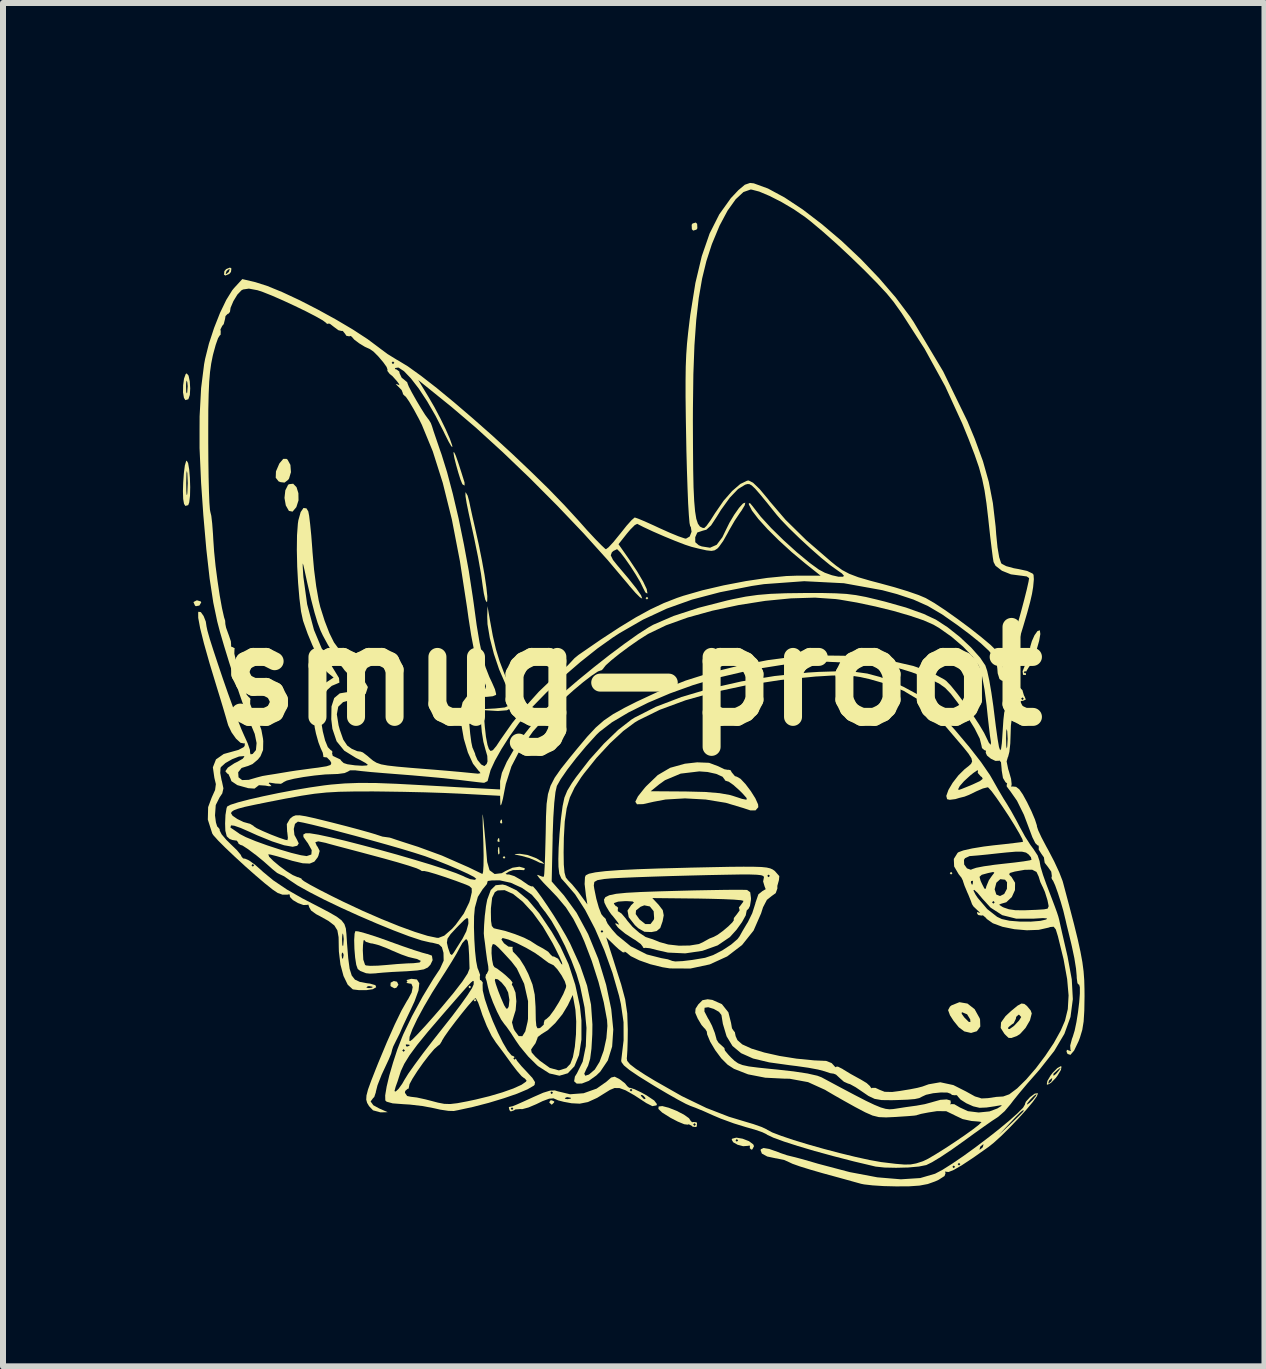
<source format=kicad_pcb>
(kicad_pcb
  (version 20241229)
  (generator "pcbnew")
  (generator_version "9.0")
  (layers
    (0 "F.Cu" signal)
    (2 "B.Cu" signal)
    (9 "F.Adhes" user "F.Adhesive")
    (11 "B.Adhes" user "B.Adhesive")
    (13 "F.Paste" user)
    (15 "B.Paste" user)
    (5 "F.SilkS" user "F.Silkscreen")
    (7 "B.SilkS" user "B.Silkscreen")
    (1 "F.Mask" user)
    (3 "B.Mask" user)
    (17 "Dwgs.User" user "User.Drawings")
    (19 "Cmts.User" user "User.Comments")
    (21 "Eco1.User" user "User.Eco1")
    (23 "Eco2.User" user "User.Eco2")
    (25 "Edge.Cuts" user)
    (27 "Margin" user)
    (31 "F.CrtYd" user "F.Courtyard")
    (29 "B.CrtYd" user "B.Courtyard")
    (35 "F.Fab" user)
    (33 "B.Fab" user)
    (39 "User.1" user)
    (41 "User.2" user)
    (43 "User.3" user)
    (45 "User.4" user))
  (footprint "smug-proot"
    (layer "F.Cu")
    (at 7.493 8.224)
    (property "Reference" "smug-proot" (at 0 0 0) (layer "F.SilkS") (effects (font (size 1.5 1.5) (thickness 0.3))))
    (attr board_only exclude_from_pos_files exclude_from_bom)
    (fp_poly (pts (xy -3.774 5.112) (xy -3.775 5.112) (xy -3.776 5.109)) (stroke (width 0) (type solid)) (fill yes) (layer "F.SilkS"))
    (fp_poly (pts (xy -1.95 6.36) (xy -1.95 6.363) (xy -1.961 6.351)) (stroke (width 0) (type solid)) (fill yes) (layer "F.SilkS"))
    (fp_poly (pts (xy -2.69 5.181) (xy -2.712 5.203) (xy -2.734 5.181) (xy -2.712 5.159)) (stroke (width 0) (type solid)) (fill yes) (layer "F.SilkS"))
    (fp_poly (pts (xy -2.602 5.402) (xy -2.624 5.424) (xy -2.646 5.402) (xy -2.624 5.38)) (stroke (width 0) (type solid)) (fill yes) (layer "F.SilkS"))
    (fp_poly (pts (xy -2.117 3.021) (xy -2.139 3.043) (xy -2.161 3.021) (xy -2.139 2.999)) (stroke (width 0) (type solid)) (fill yes) (layer "F.SilkS"))
    (fp_poly (pts (xy 0.265 -1.301) (xy 0.243 -1.279) (xy 0.22 -1.301) (xy 0.243 -1.323)) (stroke (width 0) (type solid)) (fill yes) (layer "F.SilkS"))
    (fp_poly (pts (xy 5.336 3.285) (xy 5.314 3.307) (xy 5.292 3.285) (xy 5.314 3.263)) (stroke (width 0) (type solid)) (fill yes) (layer "F.SilkS"))
    (fp_poly (pts (xy -2.22 2.855) (xy -2.214 2.946) (xy -2.22 2.966) (xy -2.236 2.971) (xy -2.242 2.91) (xy -2.235 2.848)) (stroke (width 0) (type solid)) (fill yes) (layer "F.SilkS"))
    (fp_poly (pts (xy -2.22 2.705) (xy -2.214 2.757) (xy -2.22 2.763) (xy -2.246 2.757) (xy -2.249 2.734) (xy -2.233 2.698)) (stroke (width 0) (type solid)) (fill yes) (layer "F.SilkS"))
    (fp_poly (pts (xy -2.175 2.396) (xy -2.17 2.448) (xy -2.175 2.455) (xy -2.202 2.449) (xy -2.205 2.425) (xy -2.189 2.389)) (stroke (width 0) (type solid)) (fill yes) (layer "F.SilkS"))
    (fp_poly (pts (xy -7.195 -1.246) (xy -7.188 -1.23) (xy -7.219 -1.178) (xy -7.277 -1.167) (xy -7.292 -1.177) (xy -7.318 -1.236) (xy -7.265 -1.264) (xy -7.254 -1.264)) (stroke (width 0) (type solid)) (fill yes) (layer "F.SilkS"))
    (fp_poly (pts (xy -3.924 5.094) (xy -3.9 5.144) (xy -3.934 5.194) (xy -3.969 5.203) (xy -4.026 5.172) (xy -4.033 5.162) (xy -4.03 5.11) (xy -3.977 5.082)) (stroke (width 0) (type solid)) (fill yes) (layer "F.SilkS"))
    (fp_poly (pts (xy -1.302 7.09) (xy -1.305 7.107) (xy -1.342 7.143) (xy -1.345 7.144) (xy -1.38 7.114) (xy -1.385 7.107) (xy -1.371 7.075) (xy -1.345 7.07)) (stroke (width 0) (type solid)) (fill yes) (layer "F.SilkS"))
    (fp_poly (pts (xy 1.08 -7.541) (xy 1.084 -7.468) (xy 1.068 -7.445) (xy 1.014 -7.429) (xy 0.992 -7.452) (xy 0.989 -7.526) (xy 1.004 -7.548) (xy 1.058 -7.564)) (stroke (width 0) (type solid)) (fill yes) (layer "F.SilkS"))
    (fp_poly (pts (xy -5.599 -3.151) (xy -5.568 -3.051) (xy -5.566 -2.932) (xy -5.602 -2.819) (xy -5.665 -2.744) (xy -5.726 -2.756) (xy -5.778 -2.847) (xy -5.8 -2.972) (xy -5.786 -3.099) (xy -5.741 -3.189) (xy -5.726 -3.201) (xy -5.655 -3.209)) (stroke (width 0) (type solid)) (fill yes) (layer "F.SilkS"))
    (fp_poly (pts (xy -5.767 -3.624) (xy -5.749 -3.611) (xy -5.701 -3.523) (xy -5.692 -3.402) (xy -5.724 -3.295) (xy -5.741 -3.272) (xy -5.799 -3.228) (xy -5.864 -3.235) (xy -5.898 -3.248) (xy -5.946 -3.309) (xy -5.942 -3.415) (xy -5.888 -3.541) (xy -5.881 -3.552) (xy -5.82 -3.624)) (stroke (width 0) (type solid)) (fill yes) (layer "F.SilkS"))
    (fp_poly (pts (xy -2.968 -3.728) (xy -2.944 -3.676) (xy -2.906 -3.569) (xy -2.85 -3.396) (xy -2.798 -3.23) (xy -2.797 -3.178) (xy -2.831 -3.198) (xy -2.837 -3.208) (xy -2.865 -3.276) (xy -2.901 -3.39) (xy -2.938 -3.521) (xy -2.968 -3.64) (xy -2.982 -3.72) (xy -2.981 -3.737)) (stroke (width 0) (type solid)) (fill yes) (layer "F.SilkS"))
    (fp_poly (pts (xy -1.746 2.981) (xy -1.606 3.033) (xy -1.587 3.043) (xy -1.502 3.095) (xy -1.471 3.125) (xy -1.477 3.128) (xy -1.548 3.108) (xy -1.61 3.077) (xy -1.715 3.033) (xy -1.847 2.996) (xy -1.852 2.995) (xy -1.949 2.975) (xy -1.963 2.966) (xy -1.898 2.962) (xy -1.874 2.961)) (stroke (width 0) (type solid)) (fill yes) (layer "F.SilkS"))
    (fp_poly (pts (xy -6.685 -6.798) (xy -6.692 -6.74) (xy -6.721 -6.706) (xy -6.786 -6.68) (xy -6.809 -6.696) (xy -6.807 -6.706) (xy -6.78 -6.706) (xy -6.774 -6.703) (xy -6.734 -6.734) (xy -6.725 -6.747) (xy -6.714 -6.788) (xy -6.72 -6.791) (xy -6.76 -6.76) (xy -6.769 -6.747) (xy -6.78 -6.706) (xy -6.807 -6.706) (xy -6.802 -6.754) (xy -6.772 -6.788) (xy -6.708 -6.813)) (stroke (width 0) (type solid)) (fill yes) (layer "F.SilkS"))
    (fp_poly (pts (xy 1.838 7.711) (xy 1.944 7.752) (xy 2.016 7.806) (xy 2.028 7.836) (xy 2 7.889) (xy 1.982 7.893) (xy 1.955 7.866) (xy 1.962 7.85) (xy 1.955 7.824) (xy 1.928 7.83) (xy 1.847 7.836) (xy 1.755 7.812) (xy 1.682 7.771) (xy 1.663 7.739) (xy 1.72 7.739) (xy 1.742 7.761) (xy 1.764 7.739) (xy 1.742 7.717) (xy 1.72 7.739) (xy 1.663 7.739) (xy 1.656 7.726) (xy 1.664 7.711) (xy 1.734 7.693)) (stroke (width 0) (type solid)) (fill yes) (layer "F.SilkS"))
    (fp_poly (pts (xy -7.399 -5.011) (xy -7.379 -4.916) (xy -7.372 -4.798) (xy -7.378 -4.689) (xy -7.402 -4.619) (xy -7.404 -4.617) (xy -7.452 -4.603) (xy -7.476 -4.64) (xy -7.492 -4.732) (xy -7.49 -4.829) (xy -7.441 -4.829) (xy -7.438 -4.738) (xy -7.428 -4.714) (xy -7.422 -4.729) (xy -7.414 -4.835) (xy -7.421 -4.905) (xy -7.433 -4.93) (xy -7.44 -4.877) (xy -7.441 -4.829) (xy -7.49 -4.829) (xy -7.49 -4.849) (xy -7.475 -4.961) (xy -7.448 -5.036) (xy -7.43 -5.049)) (stroke (width 0) (type solid)) (fill yes) (layer "F.SilkS"))
    (fp_poly (pts (xy -2.746 -3.01) (xy -2.722 -2.922) (xy -2.7 -2.817) (xy -2.666 -2.661) (xy -2.627 -2.491) (xy -2.563 -2.204) (xy -2.508 -1.931) (xy -2.464 -1.687) (xy -2.434 -1.483) (xy -2.418 -1.333) (xy -2.42 -1.248) (xy -2.43 -1.235) (xy -2.452 -1.275) (xy -2.476 -1.378) (xy -2.493 -1.488) (xy -2.524 -1.71) (xy -2.572 -1.981) (xy -2.64 -2.313) (xy -2.729 -2.718) (xy -2.73 -2.723) (xy -2.763 -2.884) (xy -2.782 -3.003) (xy -2.783 -3.062) (xy -2.778 -3.065)) (stroke (width 0) (type solid)) (fill yes) (layer "F.SilkS"))
    (fp_poly (pts (xy 5.587 5.458) (xy 5.706 5.551) (xy 5.79 5.702) (xy 5.797 5.724) (xy 5.801 5.841) (xy 5.744 5.919) (xy 5.647 5.948) (xy 5.534 5.922) (xy 5.442 5.853) (xy 5.354 5.744) (xy 5.295 5.652) (xy 5.286 5.627) (xy 5.49 5.627) (xy 5.534 5.689) (xy 5.607 5.762) (xy 5.636 5.767) (xy 5.633 5.722) (xy 5.581 5.637) (xy 5.494 5.601) (xy 5.49 5.627) (xy 5.286 5.627) (xy 5.264 5.567) (xy 5.295 5.509) (xy 5.321 5.488) (xy 5.453 5.435)) (stroke (width 0) (type solid)) (fill yes) (layer "F.SilkS"))
    (fp_poly (pts (xy -7.407 -3.554) (xy -7.389 -3.451) (xy -7.377 -3.309) (xy -7.372 -3.153) (xy -7.375 -3.008) (xy -7.388 -2.898) (xy -7.405 -2.852) (xy -7.453 -2.839) (xy -7.475 -2.874) (xy -7.489 -2.956) (xy -7.493 -3.086) (xy -7.489 -3.219) (xy -7.438 -3.219) (xy -7.436 -3.087) (xy -7.431 -3.021) (xy -7.423 -3.03) (xy -7.42 -3.054) (xy -7.413 -3.219) (xy -7.42 -3.384) (xy -7.428 -3.423) (xy -7.434 -3.383) (xy -7.437 -3.273) (xy -7.438 -3.219) (xy -7.489 -3.219) (xy -7.488 -3.239) (xy -7.477 -3.39) (xy -7.461 -3.514) (xy -7.44 -3.585) (xy -7.43 -3.594)) (stroke (width 0) (type solid)) (fill yes) (layer "F.SilkS"))
    (fp_poly (pts (xy 0.607 7.195) (xy 0.736 7.246) (xy 0.857 7.308) (xy 0.944 7.369) (xy 0.97 7.41) (xy 0.997 7.438) (xy 1.011 7.432) (xy 1.068 7.437) (xy 1.078 7.449) (xy 1.074 7.506) (xy 1.062 7.516) (xy 1.005 7.511) (xy 0.992 7.497) (xy 0.947 7.474) (xy 1.014 7.474) (xy 1.036 7.497) (xy 1.058 7.474) (xy 1.036 7.452) (xy 1.014 7.474) (xy 0.947 7.474) (xy 0.939 7.471) (xy 0.922 7.477) (xy 0.865 7.47) (xy 0.758 7.426) (xy 0.635 7.362) (xy 0.497 7.275) (xy 0.434 7.215) (xy 0.438 7.174) (xy 0.499 7.167)) (stroke (width 0) (type solid)) (fill yes) (layer "F.SilkS"))
    (fp_poly (pts (xy 7.155 6.508) (xy 7.145 6.565) (xy 7.09 6.657) (xy 7.059 6.699) (xy 6.98 6.78) (xy 6.923 6.811) (xy 6.91 6.805) (xy 6.912 6.788) (xy 6.934 6.788) (xy 6.94 6.791) (xy 6.98 6.76) (xy 6.989 6.747) (xy 7.001 6.706) (xy 6.995 6.703) (xy 6.954 6.734) (xy 6.945 6.747) (xy 6.934 6.788) (xy 6.912 6.788) (xy 6.919 6.748) (xy 6.974 6.655) (xy 6.994 6.629) (xy 7.02 6.629) (xy 7.02 6.658) (xy 7.028 6.659) (xy 7.065 6.629) (xy 7.105 6.582) (xy 7.143 6.529) (xy 7.121 6.54) (xy 7.089 6.565) (xy 7.02 6.629) (xy 6.994 6.629) (xy 7.006 6.614) (xy 7.085 6.534) (xy 7.142 6.502)) (stroke (width 0) (type solid)) (fill yes) (layer "F.SilkS"))
    (fp_poly (pts (xy 6.536 5.464) (xy 6.578 5.497) (xy 6.641 5.573) (xy 6.659 5.622) (xy 6.629 5.738) (xy 6.555 5.865) (xy 6.462 5.967) (xy 6.409 6) (xy 6.319 6.032) (xy 6.272 6.03) (xy 6.224 5.984) (xy 6.202 5.961) (xy 6.149 5.877) (xy 6.262 5.877) (xy 6.289 5.883) (xy 6.356 5.836) (xy 6.372 5.821) (xy 6.447 5.741) (xy 6.482 5.684) (xy 6.482 5.681) (xy 6.449 5.645) (xy 6.438 5.644) (xy 6.399 5.68) (xy 6.394 5.712) (xy 6.358 5.786) (xy 6.328 5.805) (xy 6.27 5.852) (xy 6.262 5.877) (xy 6.149 5.877) (xy 6.141 5.865) (xy 6.147 5.772) (xy 6.223 5.666) (xy 6.314 5.582) (xy 6.422 5.493) (xy 6.488 5.457)) (stroke (width 0) (type solid)) (fill yes) (layer "F.SilkS"))
    (fp_poly (pts (xy 6.794 -0.764) (xy 6.802 -0.703) (xy 6.782 -0.589) (xy 6.742 -0.447) (xy 6.69 -0.305) (xy 6.635 -0.187) (xy 6.604 -0.141) (xy 6.565 -0.078) (xy 6.564 -0.072) (xy 6.548 -0.088) (xy 6.526 -0.066) (xy 6.548 -0.044) (xy 6.563 -0.059) (xy 6.563 -0.056) (xy 6.562 -0.021) (xy 6.521 -0.021) (xy 6.513 -0.028) (xy 6.506 -0.085) (xy 6.515 -0.105) (xy 6.548 -0.189) (xy 6.55 -0.198) (xy 6.57 -0.198) (xy 6.593 -0.176) (xy 6.615 -0.198) (xy 6.593 -0.22) (xy 6.57 -0.198) (xy 6.55 -0.198) (xy 6.559 -0.243) (xy 6.588 -0.321) (xy 6.613 -0.345) (xy 6.638 -0.39) (xy 6.633 -0.413) (xy 6.632 -0.486) (xy 6.661 -0.585) (xy 6.705 -0.683) (xy 6.754 -0.752) (xy 6.793 -0.765)) (stroke (width 0) (type solid)) (fill yes) (layer "F.SilkS"))
    (fp_poly (pts (xy -3.592 5.056) (xy -3.552 5.119) (xy -3.565 5.239) (xy -3.631 5.42) (xy -3.688 5.544) (xy -3.763 5.701) (xy -3.822 5.826) (xy -3.854 5.899) (xy -3.858 5.909) (xy -3.88 5.959) (xy -3.927 6.053) (xy -3.938 6.074) (xy -3.987 6.174) (xy -4.008 6.237) (xy -4.008 6.242) (xy -4.022 6.295) (xy -4.062 6.391) (xy -4.07 6.408) (xy -4.18 6.644) (xy -4.249 6.82) (xy -4.277 6.93) (xy -4.277 6.938) (xy -4.303 7.015) (xy -4.322 7.034) (xy -4.364 7.09) (xy -4.319 7.153) (xy -4.222 7.206) (xy -4.079 7.269) (xy -4.199 7.272) (xy -4.324 7.238) (xy -4.39 7.168) (xy -4.422 7.114) (xy -4.437 7.06) (xy -4.433 6.99) (xy -4.407 6.89) (xy -4.354 6.744) (xy -4.273 6.538) (xy -4.233 6.438) (xy -4.091 6.098) (xy -3.962 5.807) (xy -3.849 5.574) (xy -3.757 5.412) (xy -3.737 5.381) (xy -3.68 5.274) (xy -3.662 5.182) (xy -3.684 5.128) (xy -3.716 5.124) (xy -3.768 5.113) (xy -3.748 5.093) (xy -3.765 5.076) (xy -3.754 5.063) (xy -3.685 5.045)) (stroke (width 0) (type solid)) (fill yes) (layer "F.SilkS"))
    (fp_poly (pts (xy -4.569 4.255) (xy -4.453 4.286) (xy -4.287 4.338) (xy -4.087 4.408) (xy -4.037 4.427) (xy -3.828 4.502) (xy -3.644 4.565) (xy -3.505 4.609) (xy -3.427 4.63) (xy -3.42 4.63) (xy -3.342 4.659) (xy -3.33 4.734) (xy -3.367 4.811) (xy -3.411 4.857) (xy -3.477 4.888) (xy -3.586 4.906) (xy -3.758 4.919) (xy -3.82 4.922) (xy -4.004 4.931) (xy -4.157 4.942) (xy -4.257 4.951) (xy -4.276 4.954) (xy -4.374 4.959) (xy -4.44 4.952) (xy -4.537 4.914) (xy -4.579 4.881) (xy -4.603 4.813) (xy -4.622 4.691) (xy -4.632 4.571) (xy -4.494 4.571) (xy -4.486 4.726) (xy -4.457 4.811) (xy -4.443 4.822) (xy -4.373 4.829) (xy -4.244 4.826) (xy -4.101 4.815) (xy -3.921 4.799) (xy -3.75 4.788) (xy -3.651 4.785) (xy -3.547 4.773) (xy -3.526 4.747) (xy -3.59 4.715) (xy -3.639 4.704) (xy -3.734 4.681) (xy -3.85 4.64) (xy -4.011 4.572) (xy -4.09 4.537) (xy -4.222 4.486) (xy -4.332 4.457) (xy -4.361 4.454) (xy -4.443 4.429) (xy -4.469 4.399) (xy -4.482 4.406) (xy -4.491 4.484) (xy -4.494 4.571) (xy -4.632 4.571) (xy -4.634 4.543) (xy -4.638 4.4) (xy -4.631 4.292) (xy -4.618 4.25)) (stroke (width 0) (type solid)) (fill yes) (layer "F.SilkS"))
    (fp_poly (pts (xy 1.279 1.444) (xy 1.433 1.502) (xy 1.437 1.504) (xy 1.534 1.551) (xy 1.596 1.562) (xy 1.602 1.559) (xy 1.638 1.568) (xy 1.657 1.603) (xy 1.71 1.666) (xy 1.743 1.676) (xy 1.804 1.711) (xy 1.887 1.799) (xy 1.975 1.916) (xy 2.051 2.037) (xy 2.096 2.137) (xy 2.1 2.184) (xy 2.054 2.237) (xy 1.966 2.237) (xy 1.852 2.199) (xy 1.559 2.111) (xy 1.223 2.056) (xy 0.877 2.037) (xy 0.553 2.056) (xy 0.356 2.093) (xy 0.179 2.133) (xy 0.077 2.135) (xy 0.049 2.093) (xy 0.093 2.004) (xy 0.161 1.918) (xy 0.306 1.918) (xy 0.892 1.922) (xy 1.212 1.93) (xy 1.454 1.95) (xy 1.628 1.981) (xy 1.676 1.995) (xy 1.828 2.045) (xy 1.903 2.06) (xy 1.906 2.033) (xy 1.843 1.961) (xy 1.784 1.902) (xy 1.683 1.812) (xy 1.605 1.758) (xy 1.576 1.75) (xy 1.544 1.738) (xy 1.543 1.729) (xy 1.503 1.676) (xy 1.399 1.629) (xy 1.254 1.597) (xy 1.116 1.587) (xy 0.806 1.624) (xy 0.544 1.734) (xy 0.45 1.801) (xy 0.306 1.918) (xy 0.161 1.918) (xy 0.206 1.862) (xy 0.23 1.835) (xy 0.424 1.648) (xy 0.631 1.527) (xy 0.876 1.459) (xy 1.08 1.436)) (stroke (width 0) (type solid)) (fill yes) (layer "F.SilkS"))
    (fp_poly (pts (xy -0.222 6.713) (xy -0.203 6.726) (xy -0.123 6.788) (xy -0.088 6.832) (xy -0.088 6.833) (xy -0.053 6.862) (xy -0.031 6.864) (xy 0.036 6.886) (xy 0.149 6.94) (xy 0.236 6.988) (xy 0.364 7.074) (xy 0.41 7.134) (xy 0.402 7.156) (xy 0.333 7.168) (xy 0.234 7.118) (xy 0.035 6.988) (xy 0.021 6.98) (xy 0.139 6.98) (xy 0.15 7.005) (xy 0.195 7.052) (xy 0.22 7.042) (xy 0.22 7.036) (xy 0.189 6.999) (xy 0.17 6.985) (xy 0.139 6.98) (xy 0.021 6.98) (xy -0.11 6.906) (xy -0.122 6.901) (xy -0.044 6.901) (xy -0.022 6.923) (xy 0 6.901) (xy -0.022 6.879) (xy -0.044 6.901) (xy -0.122 6.901) (xy -0.215 6.867) (xy -0.297 6.866) (xy -0.372 6.897) (xy -0.392 6.909) (xy -0.587 7.03) (xy -0.741 7.1) (xy -0.878 7.127) (xy -1.014 7.12) (xy -1.144 7.096) (xy -1.237 7.072) (xy -1.257 7.063) (xy -1.299 7.045) (xy -1.127 7.045) (xy -1.084 7.052) (xy -1.027 7.044) (xy -1.026 7.029) (xy -1.085 7.018) (xy -1.111 7.025) (xy -1.127 7.045) (xy -1.299 7.045) (xy -1.316 7.038) (xy -1.388 7.044) (xy -1.498 7.085) (xy -1.601 7.135) (xy -1.731 7.19) (xy -1.834 7.218) (xy -1.871 7.217) (xy -1.952 7.224) (xy -1.974 7.239) (xy -2.028 7.257) (xy -2.048 7.236) (xy -2.055 7.21) (xy -2.028 7.21) (xy -2.006 7.232) (xy -1.984 7.21) (xy -2.006 7.188) (xy -2.028 7.21) (xy -2.055 7.21) (xy -2.06 7.188) (xy -2.053 7.182) (xy -1.995 7.169) (xy -1.942 7.148) (xy -1.831 7.099) (xy -1.684 7.032) (xy -1.654 7.018) (xy -1.488 6.945) (xy -1.367 6.945) (xy -1.345 6.967) (xy -1.323 6.945) (xy -1.345 6.923) (xy -1.367 6.945) (xy -1.488 6.945) (xy -1.485 6.944) (xy -1.371 6.909) (xy -1.292 6.906) (xy -1.244 6.921) (xy -1.039 6.97) (xy -0.813 6.953) (xy -0.596 6.876) (xy -0.434 6.762) (xy -0.353 6.691) (xy -0.295 6.677)) (stroke (width 0) (type solid)) (fill yes) (layer "F.SilkS"))
    (fp_poly (pts (xy 6.762 6.956) (xy 6.744 7.004) (xy 6.676 7.099) (xy 6.57 7.226) (xy 6.438 7.372) (xy 6.295 7.522) (xy 6.153 7.663) (xy 6.024 7.78) (xy 5.94 7.847) (xy 5.685 8.027) (xy 5.493 8.154) (xy 5.358 8.232) (xy 5.273 8.266) (xy 5.24 8.263) (xy 5.211 8.259) (xy 5.222 8.284) (xy 5.205 8.333) (xy 5.107 8.396) (xy 5.048 8.423) (xy 4.925 8.467) (xy 4.787 8.493) (xy 4.611 8.505) (xy 4.395 8.506) (xy 4.189 8.501) (xy 4.004 8.489) (xy 3.864 8.473) (xy 3.814 8.463) (xy 3.72 8.437) (xy 3.562 8.393) (xy 3.366 8.339) (xy 3.175 8.287) (xy 2.971 8.228) (xy 2.796 8.174) (xy 2.669 8.129) (xy 2.61 8.101) (xy 2.529 8.065) (xy 2.407 8.04) (xy 2.391 8.038) (xy 2.249 8.008) (xy 2.159 7.959) (xy 2.137 7.9) (xy 2.143 7.887) (xy 2.187 7.866) (xy 2.282 7.882) (xy 2.439 7.937) (xy 2.469 7.95) (xy 2.578 7.987) (xy 2.646 8.004) (xy 2.716 8.021) (xy 2.847 8.056) (xy 3.016 8.105) (xy 3.094 8.128) (xy 3.624 8.268) (xy 4.085 8.355) (xy 4.477 8.388) (xy 4.8 8.367) (xy 5.047 8.295) (xy 5.172 8.229) (xy 5.249 8.18) (xy 5.336 8.18) (xy 5.358 8.202) (xy 5.38 8.18) (xy 5.358 8.158) (xy 5.336 8.18) (xy 5.249 8.18) (xy 5.319 8.136) (xy 5.424 8.136) (xy 5.446 8.158) (xy 5.468 8.136) (xy 5.446 8.114) (xy 5.424 8.136) (xy 5.319 8.136) (xy 5.333 8.127) (xy 5.521 7.999) (xy 5.67 7.891) (xy 5.788 7.891) (xy 5.794 7.893) (xy 5.834 7.862) (xy 5.843 7.849) (xy 5.854 7.808) (xy 5.848 7.805) (xy 5.808 7.836) (xy 5.799 7.849) (xy 5.788 7.891) (xy 5.67 7.891) (xy 5.721 7.854) (xy 5.924 7.7) (xy 5.987 7.651) (xy 6.107 7.651) (xy 6.317 7.454) (xy 6.424 7.352) (xy 6.499 7.277) (xy 6.526 7.245) (xy 6.516 7.234) (xy 6.479 7.262) (xy 6.403 7.337) (xy 6.304 7.441) (xy 6.107 7.651) (xy 5.987 7.651) (xy 6.116 7.549) (xy 6.287 7.407) (xy 6.423 7.286) (xy 6.514 7.194) (xy 6.544 7.144) (xy 6.579 7.144) (xy 6.621 7.115) (xy 6.681 7.056) (xy 6.732 6.992) (xy 6.738 6.967) (xy 6.696 6.996) (xy 6.637 7.056) (xy 6.586 7.119) (xy 6.579 7.144) (xy 6.544 7.144) (xy 6.547 7.139) (xy 6.545 7.133) (xy 6.561 7.094) (xy 6.624 7.024) (xy 6.632 7.016) (xy 6.71 6.959) (xy 6.759 6.953)) (stroke (width 0) (type solid)) (fill yes) (layer "F.SilkS"))
    (fp_poly (pts (xy 1.872 3.562) (xy 1.913 3.564) (xy 1.965 3.602) (xy 1.978 3.7) (xy 1.977 3.73) (xy 1.961 3.83) (xy 1.935 3.88) (xy 1.931 3.881) (xy 1.904 3.91) (xy 1.905 3.914) (xy 1.89 3.988) (xy 1.828 4.1) (xy 1.736 4.228) (xy 1.63 4.345) (xy 1.624 4.351) (xy 1.422 4.488) (xy 1.167 4.579) (xy 0.882 4.621) (xy 0.594 4.608) (xy 0.41 4.566) (xy 0.293 4.536) (xy 0.214 4.528) (xy 0.201 4.533) (xy 0.177 4.525) (xy 0.176 4.513) (xy 0.141 4.467) (xy 0.053 4.402) (xy 0.009 4.376) (xy -0.119 4.292) (xy -0.227 4.203) (xy -0.245 4.184) (xy -0.288 4.125) (xy -0.271 4.12) (xy -0.265 4.124) (xy -0.222 4.144) (xy -0.236 4.114) (xy -0.265 4.076) (xy -0.324 4.002) (xy -0.353 3.969) (xy -0.389 3.917) (xy -0.434 3.842) (xy -0.458 3.792) (xy -0.309 3.792) (xy -0.275 3.835) (xy -0.262 3.836) (xy -0.236 3.863) (xy -0.243 3.881) (xy -0.242 3.921) (xy -0.229 3.925) (xy -0.18 3.958) (xy -0.109 4.041) (xy -0.085 4.075) (xy 0.004 4.18) (xy 0.116 4.278) (xy 0.221 4.348) (xy 0.285 4.369) (xy 0.336 4.385) (xy 0.434 4.424) (xy 0.451 4.432) (xy 0.598 4.473) (xy 0.778 4.493) (xy 0.958 4.49) (xy 1.106 4.466) (xy 1.17 4.438) (xy 1.285 4.374) (xy 1.355 4.347) (xy 1.422 4.311) (xy 1.51 4.247) (xy 1.599 4.172) (xy 1.667 4.105) (xy 1.695 4.063) (xy 1.688 4.057) (xy 1.694 4.03) (xy 1.742 3.969) (xy 1.788 3.905) (xy 1.784 3.881) (xy 1.776 3.856) (xy 1.799 3.828) (xy 1.845 3.766) (xy 1.852 3.745) (xy 1.81 3.735) (xy 1.695 3.725) (xy 1.519 3.717) (xy 1.298 3.711) (xy 1.092 3.707) (xy 0.333 3.699) (xy 0.439 3.812) (xy 0.507 3.901) (xy 0.523 3.987) (xy 0.504 4.087) (xy 0.465 4.198) (xy 0.405 4.249) (xy 0.319 4.266) (xy 0.202 4.261) (xy 0.1 4.203) (xy 0.043 4.151) (xy -0.061 4.018) (xy -0.07 3.966) (xy 0.056 3.966) (xy 0.12 4.056) (xy 0.217 4.133) (xy 0.302 4.133) (xy 0.357 4.061) (xy 0.363 4.036) (xy 0.355 3.918) (xy 0.292 3.839) (xy 0.199 3.82) (xy 0.137 3.844) (xy 0.061 3.905) (xy 0.056 3.966) (xy -0.07 3.966) (xy -0.081 3.908) (xy -0.019 3.816) (xy -0.011 3.81) (xy 0.027 3.773) (xy 0.005 3.756) (xy -0.09 3.75) (xy -0.121 3.75) (xy -0.236 3.758) (xy -0.302 3.781) (xy -0.309 3.792) (xy -0.458 3.792) (xy -0.466 3.776) (xy -0.473 3.724) (xy -0.449 3.683) (xy -0.384 3.652) (xy -0.27 3.628) (xy -0.098 3.611) (xy 0.138 3.598) (xy 0.448 3.587) (xy 0.738 3.579) (xy 1.044 3.571) (xy 1.324 3.566) (xy 1.563 3.562) (xy 1.75 3.561)) (stroke (width 0) (type solid)) (fill yes) (layer "F.SilkS"))
    (fp_poly (pts (xy -2.109 3.486) (xy -1.931 3.57) (xy -1.746 3.724) (xy -1.553 3.952) (xy -1.346 4.259) (xy -1.202 4.504) (xy -1.064 4.8) (xy -0.952 5.144) (xy -0.875 5.498) (xy -0.849 5.737) (xy -0.849 6.059) (xy -0.889 6.316) (xy -0.966 6.504) (xy -1.076 6.62) (xy -1.216 6.661) (xy -1.382 6.623) (xy -1.571 6.502) (xy -1.593 6.483) (xy -1.737 6.34) (xy -1.833 6.224) (xy -1.688 6.224) (xy -1.679 6.272) (xy -1.618 6.342) (xy -1.544 6.41) (xy -1.375 6.531) (xy -1.225 6.572) (xy -1.101 6.534) (xy -1.034 6.463) (xy -0.991 6.351) (xy -0.959 6.178) (xy -0.94 5.971) (xy -0.936 5.757) (xy -0.949 5.564) (xy -0.958 5.513) (xy -0.994 5.315) (xy -1.076 5.487) (xy -1.166 5.636) (xy -1.286 5.784) (xy -1.413 5.904) (xy -1.511 5.965) (xy -1.576 6.015) (xy -1.587 6.047) (xy -1.615 6.12) (xy -1.655 6.175) (xy -1.688 6.224) (xy -1.833 6.224) (xy -1.878 6.169) (xy -1.943 6.075) (xy -2.027 5.945) (xy -2.099 5.843) (xy -2.135 5.799) (xy -2.189 5.723) (xy -2.256 5.593) (xy -2.324 5.438) (xy -2.379 5.289) (xy -2.407 5.185) (xy -2.43 5.081) (xy -2.434 5.07) (xy -2.293 5.07) (xy -2.277 5.131) (xy -2.237 5.246) (xy -2.194 5.355) (xy -2.138 5.485) (xy -2.102 5.543) (xy -2.077 5.538) (xy -2.061 5.504) (xy -2.05 5.396) (xy -2.071 5.273) (xy -2.115 5.186) (xy -2.179 5.108) (xy -2.241 5.055) (xy -2.285 5.046) (xy -2.293 5.07) (xy -2.434 5.07) (xy -2.45 5.022) (xy -2.44 4.973) (xy -2.426 4.961) (xy -2.399 4.902) (xy -2.403 4.837) (xy -2.422 4.729) (xy -2.437 4.619) (xy -2.348 4.619) (xy -2.338 4.73) (xy -2.32 4.818) (xy -2.299 4.851) (xy -2.252 4.877) (xy -2.164 4.944) (xy -2.117 4.983) (xy -2.034 5.06) (xy -1.997 5.108) (xy -2.001 5.115) (xy -2.01 5.142) (xy -1.987 5.178) (xy -1.948 5.276) (xy -1.934 5.419) (xy -1.946 5.569) (xy -1.981 5.682) (xy -2.007 5.771) (xy -1.98 5.873) (xy -1.961 5.912) (xy -1.895 6) (xy -1.835 6.002) (xy -1.785 5.922) (xy -1.747 5.762) (xy -1.74 5.714) (xy -1.739 5.418) (xy -1.804 5.129) (xy -1.926 4.873) (xy -2.017 4.755) (xy -2.148 4.613) (xy -2.232 4.525) (xy -2.283 4.48) (xy -2.312 4.466) (xy -2.331 4.472) (xy -2.346 4.522) (xy -2.348 4.619) (xy -2.437 4.619) (xy -2.441 4.589) (xy -2.444 4.564) (xy -2.458 4.447) (xy -2.466 4.391) (xy -2.183 4.391) (xy -2.14 4.453) (xy -2.067 4.508) (xy -2.016 4.512) (xy -1.992 4.513) (xy -2 4.532) (xy -1.992 4.59) (xy -1.942 4.642) (xy -1.878 4.713) (xy -1.799 4.838) (xy -1.735 4.963) (xy -1.665 5.14) (xy -1.628 5.308) (xy -1.614 5.512) (xy -1.613 5.562) (xy -1.61 5.732) (xy -1.601 5.829) (xy -1.583 5.869) (xy -1.55 5.868) (xy -1.531 5.859) (xy -1.477 5.809) (xy -1.476 5.779) (xy -1.463 5.734) (xy -1.435 5.717) (xy -1.379 5.666) (xy -1.303 5.562) (xy -1.222 5.431) (xy -1.152 5.3) (xy -1.109 5.196) (xy -1.103 5.162) (xy -1.126 5.087) (xy -1.182 4.985) (xy -1.251 4.886) (xy -1.314 4.819) (xy -1.339 4.807) (xy -1.394 4.781) (xy -1.484 4.715) (xy -1.513 4.692) (xy -1.623 4.614) (xy -1.77 4.529) (xy -1.926 4.45) (xy -2.065 4.391) (xy -2.159 4.366) (xy -2.165 4.366) (xy -2.183 4.391) (xy -2.466 4.391) (xy -2.468 4.374) (xy -2.47 4.366) (xy -2.477 4.287) (xy -2.472 4.152) (xy -2.46 3.992) (xy -2.452 3.932) (xy -2.359 3.932) (xy -2.356 4.081) (xy -2.343 4.164) (xy -2.311 4.202) (xy -2.251 4.217) (xy -2.249 4.217) (xy -2.119 4.247) (xy -1.96 4.299) (xy -1.807 4.359) (xy -1.695 4.416) (xy -1.676 4.429) (xy -1.588 4.486) (xy -1.488 4.54) (xy -1.403 4.594) (xy -1.367 4.637) (xy -1.367 4.638) (xy -1.332 4.671) (xy -1.306 4.674) (xy -1.238 4.71) (xy -1.219 4.74) (xy -1.183 4.799) (xy -1.167 4.807) (xy -1.175 4.771) (xy -1.217 4.675) (xy -1.286 4.535) (xy -1.331 4.448) (xy -1.492 4.174) (xy -1.661 3.942) (xy -1.829 3.759) (xy -1.988 3.631) (xy -2.13 3.567) (xy -2.247 3.572) (xy -2.293 3.601) (xy -2.338 3.694) (xy -2.358 3.868) (xy -2.359 3.932) (xy -2.452 3.932) (xy -2.441 3.838) (xy -2.42 3.726) (xy -2.361 3.566) (xy -2.279 3.485) (xy -2.164 3.473)) (stroke (width 0) (type solid)) (fill yes) (layer "F.SilkS"))
    (fp_poly (pts (xy 3.694 -0.075) (xy 3.917 -0.044) (xy 4.13 0.013) (xy 4.358 0.103) (xy 4.521 0.177) (xy 4.769 0.311) (xy 4.969 0.461) (xy 5.116 0.605) (xy 5.381 0.899) (xy 5.617 1.18) (xy 5.814 1.433) (xy 5.961 1.647) (xy 6.009 1.73) (xy 6.099 1.889) (xy 6.191 2.045) (xy 6.238 2.119) (xy 6.316 2.249) (xy 6.407 2.413) (xy 6.461 2.516) (xy 6.546 2.671) (xy 6.636 2.812) (xy 6.687 2.881) (xy 6.757 2.988) (xy 6.79 3.084) (xy 6.791 3.094) (xy 6.806 3.178) (xy 6.847 3.314) (xy 6.904 3.474) (xy 6.905 3.476) (xy 6.987 3.69) (xy 7.043 3.838) (xy 7.079 3.937) (xy 7.101 4.004) (xy 7.115 4.056) (xy 7.12 4.079) (xy 7.137 4.156) (xy 7.169 4.297) (xy 7.212 4.483) (xy 7.256 4.674) (xy 7.326 5.054) (xy 7.344 5.384) (xy 7.305 5.681) (xy 7.203 5.963) (xy 7.034 6.248) (xy 6.794 6.553) (xy 6.73 6.627) (xy 6.586 6.791) (xy 6.453 6.949) (xy 6.348 7.079) (xy 6.306 7.135) (xy 6.207 7.252) (xy 6.1 7.346) (xy 6.078 7.361) (xy 5.998 7.413) (xy 5.865 7.506) (xy 5.698 7.625) (xy 5.514 7.759) (xy 5.505 7.765) (xy 5.318 7.898) (xy 5.142 8.015) (xy 4.997 8.103) (xy 4.902 8.15) (xy 4.899 8.151) (xy 4.777 8.175) (xy 4.599 8.191) (xy 4.398 8.196) (xy 4.206 8.192) (xy 4.056 8.176) (xy 4.035 8.171) (xy 3.689 8.089) (xy 3.353 8.002) (xy 3.039 7.916) (xy 2.759 7.833) (xy 2.526 7.758) (xy 2.351 7.694) (xy 2.247 7.645) (xy 2.234 7.635) (xy 2.167 7.603) (xy 2.042 7.56) (xy 1.897 7.519) (xy 1.692 7.456) (xy 1.471 7.375) (xy 1.346 7.322) (xy 1.19 7.252) (xy 1.051 7.195) (xy 0.97 7.165) (xy 0.893 7.131) (xy 0.758 7.059) (xy 0.583 6.96) (xy 0.385 6.843) (xy 0.331 6.81) (xy 0.107 6.671) (xy -0.048 6.566) (xy -0.141 6.489) (xy -0.182 6.433) (xy -0.186 6.408) (xy -0.146 6.07) (xy -0.147 5.769) (xy -0.191 5.466) (xy -0.222 5.328) (xy -0.332 4.945) (xy -0.468 4.568) (xy -0.604 4.255) (xy -0.529 4.255) (xy -0.507 4.277) (xy -0.485 4.255) (xy -0.507 4.233) (xy -0.529 4.255) (xy -0.604 4.255) (xy -0.622 4.213) (xy -0.787 3.897) (xy -0.955 3.636) (xy -1.119 3.445) (xy -1.121 3.443) (xy -1.184 3.373) (xy -1.218 3.294) (xy -1.232 3.177) (xy -1.234 3.046) (xy -1.231 2.938) (xy -1.146 2.938) (xy -1.143 3.141) (xy -1.131 3.274) (xy -1.109 3.355) (xy -1.073 3.401) (xy -1.003 3.473) (xy -0.912 3.583) (xy -0.875 3.633) (xy -0.75 3.805) (xy -0.774 3.656) (xy -0.793 3.489) (xy -0.643 3.489) (xy -0.635 3.544) (xy -0.601 3.71) (xy -0.559 3.858) (xy -0.517 3.967) (xy -0.48 4.013) (xy -0.478 4.013) (xy -0.443 4.048) (xy -0.44 4.068) (xy -0.412 4.127) (xy -0.337 4.225) (xy -0.256 4.316) (xy -0.026 4.504) (xy 0.242 4.639) (xy 0.482 4.7) (xy 0.591 4.72) (xy 0.656 4.743) (xy 0.659 4.746) (xy 0.716 4.756) (xy 0.838 4.75) (xy 1.003 4.73) (xy 1.189 4.699) (xy 1.212 4.695) (xy 1.346 4.65) (xy 1.5 4.571) (xy 1.645 4.476) (xy 1.752 4.384) (xy 1.786 4.339) (xy 1.838 4.246) (xy 1.91 4.125) (xy 1.926 4.1) (xy 1.999 3.951) (xy 2.05 3.791) (xy 2.053 3.776) (xy 2.101 3.637) (xy 2.168 3.583) (xy 2.223 3.551) (xy 2.205 3.506) (xy 2.18 3.422) (xy 2.19 3.372) (xy 2.194 3.349) (xy 2.183 3.331) (xy 2.178 3.329) (xy 2.249 3.329) (xy 2.271 3.351) (xy 2.293 3.329) (xy 2.271 3.307) (xy 2.249 3.329) (xy 2.178 3.329) (xy 2.147 3.318) (xy 2.075 3.31) (xy 1.96 3.306) (xy 1.791 3.306) (xy 1.56 3.31) (xy 1.257 3.316) (xy 0.978 3.323) (xy 0.645 3.332) (xy 0.331 3.342) (xy 0.05 3.352) (xy -0.184 3.362) (xy -0.357 3.371) (xy -0.457 3.38) (xy -0.461 3.38) (xy -0.581 3.4) (xy -0.634 3.43) (xy -0.643 3.489) (xy -0.793 3.489) (xy -0.796 3.466) (xy -0.79 3.349) (xy -0.776 3.319) (xy -0.723 3.293) (xy -0.616 3.27) (xy -0.449 3.25) (xy -0.218 3.233) (xy 0.085 3.218) (xy 0.464 3.205) (xy 0.926 3.193) (xy 0.948 3.192) (xy 1.325 3.184) (xy 1.624 3.178) (xy 1.854 3.176) (xy 2.027 3.177) (xy 2.152 3.181) (xy 2.239 3.19) (xy 2.298 3.204) (xy 2.339 3.222) (xy 2.373 3.246) (xy 2.377 3.25) (xy 2.45 3.333) (xy 2.444 3.399) (xy 2.417 3.496) (xy 2.418 3.539) (xy 2.39 3.617) (xy 2.323 3.665) (xy 2.243 3.729) (xy 2.179 3.852) (xy 2.146 3.955) (xy 2.021 4.241) (xy 1.829 4.482) (xy 1.581 4.672) (xy 1.29 4.805) (xy 0.968 4.874) (xy 0.628 4.872) (xy 0.502 4.852) (xy 0.299 4.802) (xy 0.115 4.737) (xy -0.027 4.667) (xy -0.099 4.608) (xy -0.128 4.591) (xy -0.132 4.606) (xy -0.16 4.603) (xy -0.23 4.55) (xy -0.284 4.5) (xy -0.436 4.353) (xy -0.368 4.569) (xy -0.32 4.718) (xy -0.259 4.913) (xy -0.195 5.113) (xy -0.187 5.137) (xy -0.12 5.387) (xy -0.085 5.624) (xy -0.076 5.887) (xy -0.078 6.075) (xy -0.083 6.236) (xy -0.09 6.346) (xy -0.093 6.369) (xy -0.086 6.414) (xy -0.038 6.471) (xy 0.059 6.546) (xy 0.215 6.648) (xy 0.375 6.745) (xy 0.825 7.001) (xy 1.232 7.198) (xy 1.611 7.345) (xy 1.852 7.418) (xy 2.02 7.468) (xy 2.159 7.517) (xy 2.243 7.557) (xy 2.249 7.562) (xy 2.331 7.606) (xy 2.483 7.664) (xy 2.688 7.733) (xy 2.931 7.807) (xy 3.196 7.882) (xy 3.467 7.953) (xy 3.726 8.016) (xy 3.959 8.067) (xy 4.149 8.101) (xy 4.183 8.105) (xy 4.391 8.13) (xy 4.536 8.142) (xy 4.641 8.14) (xy 4.732 8.123) (xy 4.832 8.091) (xy 4.851 8.084) (xy 4.933 8.044) (xy 5.06 7.969) (xy 5.215 7.872) (xy 5.382 7.762) (xy 5.542 7.653) (xy 5.68 7.554) (xy 5.778 7.478) (xy 5.82 7.435) (xy 5.821 7.433) (xy 5.782 7.426) (xy 5.685 7.418) (xy 5.655 7.416) (xy 5.507 7.384) (xy 5.374 7.321) (xy 5.368 7.317) (xy 5.234 7.253) (xy 5.081 7.251) (xy 4.933 7.274) (xy 4.814 7.297) (xy 4.747 7.316) (xy 4.74 7.32) (xy 4.7 7.326) (xy 4.593 7.335) (xy 4.439 7.345) (xy 4.399 7.348) (xy 4.231 7.356) (xy 4.11 7.351) (xy 4.004 7.325) (xy 3.882 7.271) (xy 3.715 7.183) (xy 3.537 7.084) (xy 3.368 6.988) (xy 3.238 6.912) (xy 3.214 6.897) (xy 2.93 6.768) (xy 2.621 6.711) (xy 2.536 6.71) (xy 2.216 6.694) (xy 1.929 6.638) (xy 1.694 6.546) (xy 1.588 6.477) (xy 1.484 6.373) (xy 1.382 6.236) (xy 1.297 6.093) (xy 1.247 5.972) (xy 1.241 5.924) (xy 1.212 5.878) (xy 1.201 5.87) (xy 1.153 5.815) (xy 1.095 5.717) (xy 1.09 5.709) (xy 1.048 5.611) (xy 1.05 5.589) (xy 1.201 5.589) (xy 1.261 5.705) (xy 1.279 5.733) (xy 1.328 5.828) (xy 1.375 5.948) (xy 1.402 6.046) (xy 1.403 6.056) (xy 1.436 6.11) (xy 1.485 6.154) (xy 1.536 6.201) (xy 1.536 6.216) (xy 1.545 6.244) (xy 1.604 6.314) (xy 1.646 6.358) (xy 1.705 6.414) (xy 1.763 6.454) (xy 1.836 6.483) (xy 1.942 6.506) (xy 2.098 6.526) (xy 2.319 6.549) (xy 2.403 6.557) (xy 2.69 6.589) (xy 2.921 6.624) (xy 3.084 6.661) (xy 3.153 6.687) (xy 3.464 6.854) (xy 3.708 6.983) (xy 3.896 7.08) (xy 4.037 7.147) (xy 4.142 7.19) (xy 4.222 7.213) (xy 4.287 7.221) (xy 4.347 7.217) (xy 4.382 7.212) (xy 4.549 7.186) (xy 4.715 7.163) (xy 4.732 7.161) (xy 4.876 7.135) (xy 5.001 7.101) (xy 5.01 7.098) (xy 5.135 7.063) (xy 5.241 7.056) (xy 5.305 7.074) (xy 5.309 7.111) (xy 5.299 7.143) (xy 5.313 7.134) (xy 5.367 7.136) (xy 5.452 7.185) (xy 5.458 7.189) (xy 5.595 7.252) (xy 5.774 7.274) (xy 5.955 7.256) (xy 6.085 7.207) (xy 6.154 7.164) (xy 6.153 7.152) (xy 6.074 7.165) (xy 6.041 7.171) (xy 5.904 7.191) (xy 5.787 7.196) (xy 5.784 7.195) (xy 5.682 7.171) (xy 5.568 7.12) (xy 5.472 7.059) (xy 5.425 7.006) (xy 5.424 6.999) (xy 5.397 6.981) (xy 5.383 6.988) (xy 5.327 6.981) (xy 5.312 6.964) (xy 5.254 6.942) (xy 5.144 6.94) (xy 5.014 6.953) (xy 4.896 6.979) (xy 4.829 7.01) (xy 4.783 7.034) (xy 4.709 7.05) (xy 4.589 7.06) (xy 4.405 7.067) (xy 4.322 7.069) (xy 4.155 7.067) (xy 4.039 7.047) (xy 3.936 6.998) (xy 3.841 6.933) (xy 3.723 6.853) (xy 3.63 6.802) (xy 3.594 6.791) (xy 3.527 6.761) (xy 3.463 6.705) (xy 3.396 6.643) (xy 3.357 6.627) (xy 3.301 6.619) (xy 3.202 6.586) (xy 3.197 6.585) (xy 3.096 6.558) (xy 2.934 6.528) (xy 2.738 6.5) (xy 2.624 6.486) (xy 2.28 6.438) (xy 2.013 6.374) (xy 1.813 6.285) (xy 1.669 6.165) (xy 1.571 6.004) (xy 1.509 5.796) (xy 1.485 5.648) (xy 1.444 5.596) (xy 1.357 5.547) (xy 1.265 5.519) (xy 1.204 5.528) (xy 1.201 5.589) (xy 1.05 5.589) (xy 1.054 5.543) (xy 1.1 5.471) (xy 1.169 5.402) (xy 1.255 5.386) (xy 1.334 5.397) (xy 1.493 5.468) (xy 1.601 5.604) (xy 1.645 5.778) (xy 1.661 5.87) (xy 1.687 5.909) (xy 1.687 5.909) (xy 1.711 5.939) (xy 1.71 5.942) (xy 1.722 6.002) (xy 1.752 6.068) (xy 1.833 6.139) (xy 1.987 6.209) (xy 2.199 6.274) (xy 2.453 6.331) (xy 2.735 6.376) (xy 3.029 6.405) (xy 3.231 6.414) (xy 3.322 6.45) (xy 3.352 6.482) (xy 3.387 6.521) (xy 3.395 6.512) (xy 3.427 6.509) (xy 3.504 6.548) (xy 3.517 6.557) (xy 3.639 6.631) (xy 3.782 6.71) (xy 3.803 6.721) (xy 3.906 6.783) (xy 3.964 6.836) (xy 3.969 6.849) (xy 3.989 6.871) (xy 3.998 6.864) (xy 4.053 6.863) (xy 4.12 6.895) (xy 4.206 6.929) (xy 4.331 6.932) (xy 4.454 6.916) (xy 4.631 6.887) (xy 4.749 6.864) (xy 4.834 6.842) (xy 4.914 6.813) (xy 4.939 6.804) (xy 5.134 6.77) (xy 5.352 6.817) (xy 5.562 6.923) (xy 5.712 7.006) (xy 5.823 7.04) (xy 5.924 7.035) (xy 5.927 7.035) (xy 6.069 7.014) (xy 6.183 7.007) (xy 6.284 6.971) (xy 6.416 6.872) (xy 6.567 6.723) (xy 6.727 6.538) (xy 6.883 6.331) (xy 7.026 6.117) (xy 7.142 5.908) (xy 7.213 5.744) (xy 7.26 5.55) (xy 7.273 5.322) (xy 7.249 5.049) (xy 7.189 4.718) (xy 7.095 4.336) (xy 7.06 4.222) (xy 7.024 4.177) (xy 6.967 4.182) (xy 6.938 4.192) (xy 6.775 4.229) (xy 6.577 4.236) (xy 6.368 4.218) (xy 6.171 4.178) (xy 6.01 4.119) (xy 5.908 4.047) (xy 5.895 4.029) (xy 5.845 3.987) (xy 5.821 3.991) (xy 5.768 3.982) (xy 5.751 3.963) (xy 5.746 3.931) (xy 5.781 3.943) (xy 5.799 3.945) (xy 5.755 3.904) (xy 5.687 3.839) (xy 5.663 3.801) (xy 5.643 3.745) (xy 5.601 3.641) (xy 5.585 3.606) (xy 5.571 3.572) (xy 5.686 3.572) (xy 5.722 3.642) (xy 5.758 3.696) (xy 5.916 3.882) (xy 6.082 4.012) (xy 6.16 4.049) (xy 6.287 4.077) (xy 6.459 4.091) (xy 6.643 4.092) (xy 6.803 4.079) (xy 6.901 4.056) (xy 6.914 4.038) (xy 6.844 4.033) (xy 6.696 4.042) (xy 6.692 4.043) (xy 6.402 4.043) (xy 6.167 3.984) (xy 5.973 3.859) (xy 5.929 3.811) (xy 6.115 3.811) (xy 6.173 3.848) (xy 6.196 3.858) (xy 6.278 3.886) (xy 6.383 3.901) (xy 6.529 3.903) (xy 6.736 3.895) (xy 6.865 3.887) (xy 6.924 3.875) (xy 6.941 3.834) (xy 6.922 3.739) (xy 6.915 3.715) (xy 6.878 3.597) (xy 6.842 3.515) (xy 6.837 3.506) (xy 6.802 3.432) (xy 6.774 3.34) (xy 6.738 3.263) (xy 6.665 3.226) (xy 6.541 3.228) (xy 6.376 3.257) (xy 6.292 3.281) (xy 6.284 3.31) (xy 6.321 3.346) (xy 6.381 3.444) (xy 6.379 3.566) (xy 6.326 3.683) (xy 6.234 3.769) (xy 6.141 3.796) (xy 6.115 3.811) (xy 5.929 3.811) (xy 5.892 3.77) (xy 5.997 3.77) (xy 6.019 3.792) (xy 6.041 3.77) (xy 6.019 3.748) (xy 5.997 3.77) (xy 5.892 3.77) (xy 5.842 3.716) (xy 5.754 3.611) (xy 5.7 3.562) (xy 5.686 3.572) (xy 5.571 3.572) (xy 5.564 3.555) (xy 6.041 3.555) (xy 6.068 3.64) (xy 6.13 3.665) (xy 6.199 3.631) (xy 6.245 3.545) (xy 6.247 3.435) (xy 6.214 3.393) (xy 6.134 3.384) (xy 6.069 3.443) (xy 6.041 3.55) (xy 6.041 3.555) (xy 5.564 3.555) (xy 5.539 3.496) (xy 5.52 3.44) (xy 5.644 3.44) (xy 5.661 3.476) (xy 5.674 3.469) (xy 5.679 3.417) (xy 5.674 3.41) (xy 5.648 3.416) (xy 5.644 3.44) (xy 5.52 3.44) (xy 5.514 3.422) (xy 5.512 3.411) (xy 5.486 3.358) (xy 5.475 3.345) (xy 5.788 3.345) (xy 5.806 3.411) (xy 5.83 3.464) (xy 5.87 3.542) (xy 5.892 3.544) (xy 5.902 3.503) (xy 5.944 3.402) (xy 5.991 3.334) (xy 6.035 3.277) (xy 6.017 3.264) (xy 5.931 3.282) (xy 5.825 3.311) (xy 5.788 3.345) (xy 5.475 3.345) (xy 5.439 3.299) (xy 5.365 3.172) (xy 5.36 3.062) (xy 5.529 3.062) (xy 5.532 3.139) (xy 5.579 3.204) (xy 5.643 3.227) (xy 5.671 3.215) (xy 5.733 3.194) (xy 5.862 3.169) (xy 6.037 3.144) (xy 6.177 3.128) (xy 6.368 3.107) (xy 6.524 3.087) (xy 6.626 3.07) (xy 6.655 3.061) (xy 6.645 3.018) (xy 6.607 2.972) (xy 6.564 2.941) (xy 6.5 2.926) (xy 6.396 2.925) (xy 6.233 2.939) (xy 6.116 2.951) (xy 5.925 2.972) (xy 5.763 2.988) (xy 5.653 2.997) (xy 5.623 2.999) (xy 5.547 3.034) (xy 5.529 3.062) (xy 5.36 3.062) (xy 5.36 3.046) (xy 5.422 2.946) (xy 5.438 2.934) (xy 5.52 2.904) (xy 5.668 2.871) (xy 5.858 2.84) (xy 6.019 2.82) (xy 6.215 2.799) (xy 6.375 2.78) (xy 6.48 2.767) (xy 6.514 2.76) (xy 6.502 2.717) (xy 6.45 2.619) (xy 6.37 2.483) (xy 6.273 2.328) (xy 6.169 2.171) (xy 6.071 2.028) (xy 5.99 1.918) (xy 5.936 1.858) (xy 5.925 1.852) (xy 5.844 1.872) (xy 5.733 1.92) (xy 5.719 1.927) (xy 5.612 1.979) (xy 5.535 2.009) (xy 5.529 2.01) (xy 5.448 2.03) (xy 5.386 2.049) (xy 5.292 2.061) (xy 5.248 2.051) (xy 5.234 1.996) (xy 5.269 1.898) (xy 5.276 1.885) (xy 5.431 1.885) (xy 5.444 1.896) (xy 5.49 1.88) (xy 5.592 1.839) (xy 5.674 1.805) (xy 5.794 1.749) (xy 5.841 1.712) (xy 5.829 1.683) (xy 5.809 1.67) (xy 5.758 1.612) (xy 5.763 1.574) (xy 5.752 1.568) (xy 5.69 1.61) (xy 5.635 1.654) (xy 5.531 1.749) (xy 5.458 1.832) (xy 5.431 1.885) (xy 5.276 1.885) (xy 5.34 1.777) (xy 5.436 1.653) (xy 5.54 1.55) (xy 5.604 1.5) (xy 5.647 1.461) (xy 5.665 1.421) (xy 5.653 1.368) (xy 5.605 1.292) (xy 5.516 1.181) (xy 5.381 1.023) (xy 5.221 0.835) (xy 4.985 0.579) (xy 4.761 0.387) (xy 4.523 0.244) (xy 4.247 0.132) (xy 3.956 0.049) (xy 3.801 0.014) (xy 3.662 -0.007) (xy 3.513 -0.015) (xy 3.328 -0.011) (xy 3.084 0.004) (xy 3.059 0.005) (xy 2.472 0.063) (xy 1.906 0.15) (xy 1.372 0.264) (xy 0.885 0.402) (xy 0.457 0.56) (xy 0.101 0.735) (xy 0.042 0.77) (xy -0.153 0.915) (xy -0.372 1.118) (xy -0.597 1.361) (xy -0.808 1.624) (xy -0.855 1.688) (xy -0.963 1.856) (xy -1.042 2.021) (xy -1.095 2.203) (xy -1.127 2.421) (xy -1.142 2.693) (xy -1.146 2.938) (xy -1.231 2.938) (xy -1.229 2.86) (xy -1.214 2.63) (xy -1.193 2.402) (xy -1.189 2.363) (xy -1.163 2.166) (xy -1.133 2.025) (xy -1.085 1.908) (xy -1.009 1.783) (xy -0.942 1.687) (xy -0.716 1.394) (xy -0.474 1.124) (xy -0.236 0.895) (xy -0.015 0.723) (xy 0.038 0.69) (xy 0.392 0.51) (xy 0.818 0.347) (xy 1.3 0.204) (xy 1.823 0.086) (xy 2.371 -0.003) (xy 2.929 -0.061) (xy 3.112 -0.072) (xy 3.434 -0.082)) (stroke (width 0) (type solid)) (fill yes) (layer "F.SilkS"))
    (fp_poly (pts (xy 3.172 -1.387) (xy 3.391 -1.382) (xy 3.568 -1.372) (xy 3.728 -1.352) (xy 3.893 -1.321) (xy 4.086 -1.275) (xy 4.21 -1.244) (xy 4.561 -1.145) (xy 4.854 -1.04) (xy 5.061 -0.943) (xy 5.256 -0.816) (xy 5.459 -0.655) (xy 5.647 -0.479) (xy 5.798 -0.309) (xy 5.885 -0.18) (xy 5.916 -0.088) (xy 5.951 0.071) (xy 5.986 0.275) (xy 6.019 0.503) (xy 6.023 0.537) (xy 6.06 0.835) (xy 6.09 1.049) (xy 6.113 1.181) (xy 6.132 1.235) (xy 6.147 1.213) (xy 6.16 1.119) (xy 6.166 1.036) (xy 6.231 1.036) (xy 6.234 1.153) (xy 6.24 1.205) (xy 6.249 1.18) (xy 6.257 1.046) (xy 6.25 0.916) (xy 6.241 0.879) (xy 6.234 0.922) (xy 6.231 1.034) (xy 6.231 1.036) (xy 6.166 1.036) (xy 6.171 0.956) (xy 6.173 0.926) (xy 6.186 0.73) (xy 6.2 0.606) (xy 6.22 0.539) (xy 6.25 0.515) (xy 6.272 0.513) (xy 6.326 0.503) (xy 6.327 0.484) (xy 6.321 0.423) (xy 6.322 0.419) (xy 6.35 0.419) (xy 6.372 0.441) (xy 6.394 0.419) (xy 6.372 0.397) (xy 6.35 0.419) (xy 6.322 0.419) (xy 6.338 0.375) (xy 6.482 0.375) (xy 6.504 0.397) (xy 6.526 0.375) (xy 6.504 0.353) (xy 6.482 0.375) (xy 6.338 0.375) (xy 6.344 0.357) (xy 6.381 0.326) (xy 6.391 0.329) (xy 6.415 0.31) (xy 6.419 0.264) (xy 6.435 0.199) (xy 6.46 0.189) (xy 6.504 0.233) (xy 6.506 0.243) (xy 6.528 0.318) (xy 6.541 0.342) (xy 6.56 0.389) (xy 6.517 0.409) (xy 6.484 0.413) (xy 6.397 0.468) (xy 6.339 0.605) (xy 6.311 0.825) (xy 6.307 0.95) (xy 6.301 1.122) (xy 6.286 1.261) (xy 6.265 1.343) (xy 6.26 1.351) (xy 6.24 1.421) (xy 6.266 1.549) (xy 6.279 1.589) (xy 6.314 1.712) (xy 6.324 1.802) (xy 6.319 1.823) (xy 6.32 1.846) (xy 6.337 1.838) (xy 6.398 1.845) (xy 6.451 1.886) (xy 6.509 1.97) (xy 6.581 2.101) (xy 6.653 2.249) (xy 6.712 2.388) (xy 6.744 2.487) (xy 6.746 2.507) (xy 6.767 2.571) (xy 6.822 2.689) (xy 6.902 2.841) (xy 6.938 2.906) (xy 7.033 3.088) (xy 7.117 3.269) (xy 7.173 3.414) (xy 7.181 3.442) (xy 7.283 3.825) (xy 7.364 4.136) (xy 7.426 4.388) (xy 7.471 4.594) (xy 7.503 4.767) (xy 7.523 4.92) (xy 7.534 5.066) (xy 7.538 5.218) (xy 7.539 5.336) (xy 7.535 5.578) (xy 7.524 5.757) (xy 7.501 5.898) (xy 7.463 6.024) (xy 7.44 6.085) (xy 7.365 6.242) (xy 7.304 6.313) (xy 7.256 6.298) (xy 7.238 6.259) (xy 7.246 6.228) (xy 7.277 6.24) (xy 7.313 6.251) (xy 7.304 6.226) (xy 7.3 6.158) (xy 7.329 6.047) (xy 7.343 6.01) (xy 7.374 5.909) (xy 7.404 5.766) (xy 7.43 5.602) (xy 7.45 5.436) (xy 7.461 5.291) (xy 7.461 5.186) (xy 7.449 5.142) (xy 7.443 5.143) (xy 7.421 5.119) (xy 7.409 5.031) (xy 7.408 4.997) (xy 7.397 4.875) (xy 7.369 4.7) (xy 7.328 4.506) (xy 7.316 4.454) (xy 7.274 4.28) (xy 7.239 4.138) (xy 7.219 4.05) (xy 7.215 4.035) (xy 7.185 3.91) (xy 7.142 3.761) (xy 7.094 3.612) (xy 7.049 3.487) (xy 7.014 3.409) (xy 7.002 3.395) (xy 6.987 3.363) (xy 6.994 3.333) (xy 6.984 3.259) (xy 6.93 3.182) (xy 6.875 3.111) (xy 6.868 3.069) (xy 6.862 3.021) (xy 6.82 2.962) (xy 6.775 2.891) (xy 6.776 2.852) (xy 6.773 2.824) (xy 6.758 2.822) (xy 6.719 2.784) (xy 6.669 2.685) (xy 6.634 2.591) (xy 6.528 2.31) (xy 6.413 2.077) (xy 6.297 1.911) (xy 6.293 1.907) (xy 6.242 1.839) (xy 6.241 1.808) (xy 6.243 1.807) (xy 6.249 1.789) (xy 6.221 1.767) (xy 6.179 1.697) (xy 6.158 1.572) (xy 6.157 1.55) (xy 6.146 1.434) (xy 6.118 1.404) (xy 6.109 1.41) (xy 6.053 1.412) (xy 5.978 1.376) (xy 5.913 1.323) (xy 5.89 1.273) (xy 5.896 1.262) (xy 5.89 1.237) (xy 5.872 1.235) (xy 5.829 1.198) (xy 5.821 1.157) (xy 5.792 1.041) (xy 5.707 0.871) (xy 5.573 0.655) (xy 5.42 0.436) (xy 5.309 0.292) (xy 5.215 0.194) (xy 5.112 0.121) (xy 4.971 0.054) (xy 4.84 0.001) (xy 4.655 -0.067) (xy 4.482 -0.121) (xy 4.35 -0.152) (xy 4.322 -0.155) (xy 4.212 -0.165) (xy 4.042 -0.182) (xy 3.839 -0.204) (xy 3.704 -0.219) (xy 3.186 -0.244) (xy 2.619 -0.208) (xy 2 -0.109) (xy 1.415 0.028) (xy 1.016 0.147) (xy 0.627 0.287) (xy 0.262 0.442) (xy -0.065 0.605) (xy -0.34 0.768) (xy -0.546 0.926) (xy -0.599 0.977) (xy -0.772 1.168) (xy -0.938 1.367) (xy -1.084 1.556) (xy -1.195 1.717) (xy -1.259 1.83) (xy -1.282 1.932) (xy -1.302 2.111) (xy -1.318 2.356) (xy -1.329 2.657) (xy -1.329 2.692) (xy -1.345 3.422) (xy -1.14 3.656) (xy -0.93 3.944) (xy -0.737 4.301) (xy -0.569 4.711) (xy -0.437 5.146) (xy -0.352 5.551) (xy -0.318 5.891) (xy -0.337 6.174) (xy -0.409 6.406) (xy -0.535 6.593) (xy -0.601 6.657) (xy -0.727 6.747) (xy -0.841 6.791) (xy -0.927 6.793) (xy -0.971 6.754) (xy -0.958 6.675) (xy -0.924 6.621) (xy -0.828 6.426) (xy -0.776 6.168) (xy -0.765 5.863) (xy -0.797 5.524) (xy -0.871 5.167) (xy -0.932 4.961) (xy -1.016 4.739) (xy -1.121 4.501) (xy -1.237 4.272) (xy -1.351 4.074) (xy -1.451 3.932) (xy -1.466 3.915) (xy -1.534 3.825) (xy -1.569 3.768) (xy -1.676 3.644) (xy -1.839 3.53) (xy -2.027 3.444) (xy -2.208 3.404) (xy -2.229 3.403) (xy -2.345 3.405) (xy -2.409 3.414) (xy -2.414 3.422) (xy -2.425 3.465) (xy -2.485 3.539) (xy -2.493 3.547) (xy -2.576 3.679) (xy -2.626 3.86) (xy -2.639 4.003) (xy -2.641 4.186) (xy -2.635 4.386) (xy -2.623 4.58) (xy -2.605 4.747) (xy -2.582 4.864) (xy -2.564 4.907) (xy -2.538 4.981) (xy -2.544 5.01) (xy -2.541 5.064) (xy -2.522 5.071) (xy -2.494 5.106) (xy -2.497 5.148) (xy -2.494 5.241) (xy -2.46 5.383) (xy -2.401 5.558) (xy -2.327 5.75) (xy -2.243 5.939) (xy -2.159 6.109) (xy -2.08 6.243) (xy -2.015 6.322) (xy -1.981 6.336) (xy -1.963 6.35) (xy -1.984 6.372) (xy -1.962 6.394) (xy -1.944 6.375) (xy -1.921 6.415) (xy -1.847 6.504) (xy -1.766 6.59) (xy -1.666 6.699) (xy -1.623 6.768) (xy -1.63 6.813) (xy -1.644 6.827) (xy -1.749 6.888) (xy -1.922 6.961) (xy -2.143 7.037) (xy -2.394 7.113) (xy -2.656 7.181) (xy -2.909 7.236) (xy -2.977 7.249) (xy -3.067 7.247) (xy -3.206 7.226) (xy -3.307 7.203) (xy -3.495 7.167) (xy -3.709 7.142) (xy -3.824 7.135) (xy -3.996 7.122) (xy -4.097 7.094) (xy -4.119 7.073) (xy -4.121 6.99) (xy -4.114 6.945) (xy -3.792 6.945) (xy -3.755 6.999) (xy -3.693 7.012) (xy -3.593 7.024) (xy -3.451 7.055) (xy -3.373 7.075) (xy -3.24 7.11) (xy -3.136 7.13) (xy -3.037 7.133) (xy -2.917 7.119) (xy -2.753 7.088) (xy -2.612 7.058) (xy -2.383 7.002) (xy -2.169 6.939) (xy -1.985 6.874) (xy -1.848 6.812) (xy -1.773 6.76) (xy -1.764 6.741) (xy -1.797 6.703) (xy -1.803 6.703) (xy -1.846 6.669) (xy -1.923 6.581) (xy -2.019 6.456) (xy -2.034 6.434) (xy -2.134 6.296) (xy -2.218 6.183) (xy -2.268 6.117) (xy -2.271 6.114) (xy -2.345 6) (xy -2.427 5.833) (xy -2.501 5.647) (xy -2.531 5.555) (xy -2.571 5.441) (xy -2.607 5.375) (xy -2.619 5.368) (xy -2.662 5.407) (xy -2.742 5.498) (xy -2.843 5.622) (xy -2.951 5.76) (xy -3.052 5.894) (xy -3.13 6.005) (xy -3.172 6.073) (xy -3.175 6.083) (xy -3.209 6.138) (xy -3.242 6.163) (xy -3.303 6.217) (xy -3.39 6.319) (xy -3.489 6.448) (xy -3.585 6.584) (xy -3.665 6.709) (xy -3.715 6.801) (xy -3.723 6.84) (xy -3.731 6.877) (xy -3.746 6.879) (xy -3.787 6.915) (xy -3.792 6.945) (xy -4.114 6.945) (xy -4.109 6.917) (xy -3.966 6.917) (xy -3.946 6.925) (xy -3.899 6.881) (xy -3.837 6.795) (xy -3.797 6.725) (xy -3.736 6.627) (xy -3.629 6.476) (xy -3.489 6.286) (xy -3.326 6.075) (xy -3.169 5.876) (xy -3.004 5.667) (xy -2.861 5.476) (xy -2.748 5.317) (xy -2.673 5.2) (xy -2.646 5.139) (xy -2.646 5.139) (xy -2.645 5.105) (xy -2.646 5.083) (xy -2.658 5.08) (xy -2.688 5.104) (xy -2.744 5.163) (xy -2.834 5.264) (xy -2.966 5.415) (xy -3.147 5.623) (xy -3.178 5.659) (xy -3.409 5.928) (xy -3.586 6.145) (xy -3.715 6.32) (xy -3.803 6.463) (xy -3.859 6.583) (xy -3.875 6.632) (xy -3.914 6.754) (xy -3.947 6.846) (xy -3.966 6.917) (xy -4.109 6.917) (xy -4.097 6.844) (xy -4.052 6.655) (xy -3.99 6.442) (xy -3.924 6.24) (xy -3.836 6.24) (xy -3.814 6.262) (xy -3.792 6.24) (xy -3.814 6.218) (xy -3.836 6.24) (xy -3.924 6.24) (xy -3.919 6.224) (xy -3.888 6.144) (xy -3.778 6.144) (xy -3.772 6.17) (xy -3.748 6.174) (xy -3.712 6.157) (xy -3.719 6.144) (xy -3.771 6.139) (xy -3.778 6.144) (xy -3.888 6.144) (xy -3.862 6.077) (xy -3.719 6.077) (xy -3.706 6.085) (xy -3.665 6.054) (xy -3.577 5.965) (xy -3.454 5.832) (xy -3.305 5.664) (xy -3.188 5.529) (xy -2.982 5.282) (xy -2.836 5.093) (xy -2.748 4.959) (xy -2.715 4.876) (xy -2.715 4.868) (xy -2.722 4.646) (xy -2.731 4.501) (xy -2.744 4.418) (xy -2.762 4.387) (xy -2.782 4.39) (xy -2.835 4.45) (xy -2.883 4.536) (xy -2.929 4.622) (xy -3.011 4.759) (xy -3.115 4.925) (xy -3.183 5.031) (xy -3.339 5.277) (xy -3.475 5.509) (xy -3.587 5.716) (xy -3.668 5.887) (xy -3.714 6.011) (xy -3.719 6.077) (xy -3.862 6.077) (xy -3.841 6.022) (xy -3.818 5.967) (xy -3.674 5.668) (xy -3.499 5.346) (xy -3.316 5.043) (xy -3.209 4.882) (xy -3.146 4.743) (xy -3.149 4.612) (xy -3.175 4.519) (xy -3.226 4.471) (xy -3.329 4.445) (xy -3.341 4.443) (xy -3.092 4.443) (xy -3.073 4.528) (xy -3.07 4.536) (xy -3.037 4.63) (xy -3.009 4.649) (xy -2.978 4.609) (xy -2.924 4.522) (xy -2.85 4.405) (xy -2.833 4.38) (xy -2.768 4.252) (xy -2.735 4.13) (xy -2.734 4.11) (xy -2.737 4.048) (xy -2.755 4.03) (xy -2.802 4.064) (xy -2.892 4.153) (xy -2.926 4.188) (xy -3.03 4.3) (xy -3.082 4.376) (xy -3.092 4.443) (xy -3.341 4.443) (xy -3.37 4.439) (xy -3.515 4.405) (xy -3.723 4.336) (xy -3.976 4.24) (xy -4.26 4.124) (xy -4.559 3.995) (xy -4.857 3.86) (xy -5.137 3.726) (xy -5.384 3.599) (xy -5.583 3.488) (xy -5.716 3.399) (xy -5.805 3.337) (xy -5.866 3.308) (xy -5.869 3.307) (xy -5.923 3.28) (xy -6.006 3.213) (xy -6.011 3.208) (xy -6.146 3.088) (xy -6.284 2.975) (xy -6.294 2.969) (xy -6.07 2.969) (xy -6.056 3.009) (xy -5.987 3.079) (xy -5.884 3.165) (xy -5.769 3.249) (xy -5.661 3.316) (xy -5.582 3.35) (xy -5.57 3.351) (xy -5.517 3.374) (xy -5.512 3.388) (xy -5.474 3.418) (xy -5.37 3.479) (xy -5.211 3.564) (xy -5.011 3.666) (xy -4.818 3.761) (xy -4.496 3.912) (xy -4.181 4.049) (xy -3.887 4.168) (xy -3.626 4.263) (xy -3.414 4.329) (xy -3.262 4.361) (xy -3.233 4.363) (xy -3.136 4.326) (xy -3.007 4.213) (xy -2.946 4.145) (xy -2.81 3.957) (xy -2.719 3.77) (xy -2.705 3.724) (xy -2.677 3.601) (xy -2.679 3.535) (xy -2.719 3.499) (xy -2.771 3.476) (xy -2.942 3.412) (xy -3.117 3.351) (xy -3.276 3.299) (xy -3.402 3.262) (xy -3.474 3.247) (xy -3.484 3.249) (xy -3.511 3.248) (xy -3.539 3.229) (xy -3.599 3.202) (xy -3.728 3.159) (xy -3.911 3.104) (xy -4.132 3.042) (xy -4.277 3.003) (xy -4.523 2.937) (xy -4.75 2.877) (xy -4.939 2.827) (xy -5.072 2.791) (xy -5.113 2.779) (xy -5.237 2.753) (xy -5.286 2.768) (xy -5.263 2.824) (xy -5.247 2.845) (xy -5.213 2.913) (xy -5.235 2.995) (xy -5.248 3.022) (xy -5.302 3.092) (xy -5.379 3.124) (xy -5.496 3.119) (xy -5.67 3.078) (xy -5.782 3.044) (xy -5.924 3.002) (xy -6.028 2.975) (xy -6.07 2.969) (xy -6.294 2.969) (xy -6.408 2.883) (xy -6.499 2.824) (xy -6.537 2.811) (xy -6.569 2.789) (xy -6.57 2.778) (xy -6.595 2.741) (xy -6.604 2.741) (xy -6.668 2.731) (xy -6.714 2.714) (xy -6.762 2.67) (xy -6.786 2.577) (xy -6.788 2.523) (xy -6.701 2.523) (xy -6.699 2.525) (xy -6.654 2.555) (xy -6.567 2.615) (xy -6.545 2.631) (xy -6.445 2.683) (xy -6.285 2.749) (xy -6.089 2.82) (xy -5.881 2.888) (xy -5.685 2.946) (xy -5.525 2.985) (xy -5.43 2.999) (xy -5.352 2.973) (xy -5.346 2.9) (xy -5.41 2.784) (xy -5.427 2.762) (xy -5.484 2.681) (xy -5.486 2.64) (xy -5.446 2.618) (xy -5.376 2.619) (xy -5.234 2.642) (xy -5.035 2.685) (xy -4.791 2.743) (xy -4.515 2.814) (xy -4.222 2.892) (xy -3.923 2.975) (xy -3.632 3.06) (xy -3.363 3.141) (xy -3.128 3.217) (xy -2.94 3.283) (xy -2.814 3.335) (xy -2.787 3.349) (xy -2.702 3.384) (xy -2.628 3.395) (xy -2.602 3.379) (xy -2.64 3.347) (xy -2.744 3.293) (xy -2.895 3.224) (xy -3.075 3.147) (xy -3.269 3.07) (xy -3.456 3.001) (xy -3.484 2.992) (xy -3.637 2.943) (xy -3.841 2.881) (xy -4.084 2.811) (xy -4.348 2.737) (xy -4.62 2.662) (xy -4.884 2.592) (xy -5.126 2.528) (xy -5.331 2.477) (xy -5.484 2.442) (xy -5.569 2.426) (xy -5.577 2.425) (xy -5.625 2.462) (xy -5.645 2.547) (xy -5.634 2.647) (xy -5.592 2.725) (xy -5.562 2.788) (xy -5.588 2.827) (xy -5.663 2.844) (xy -5.805 2.819) (xy -6.006 2.754) (xy -6.254 2.653) (xy -6.387 2.593) (xy -6.528 2.531) (xy -6.637 2.493) (xy -6.691 2.487) (xy -6.692 2.488) (xy -6.701 2.523) (xy -6.788 2.523) (xy -6.79 2.454) (xy -6.784 2.313) (xy -6.779 2.283) (xy -6.692 2.283) (xy -6.666 2.326) (xy -6.586 2.381) (xy -6.483 2.431) (xy -6.386 2.458) (xy -6.377 2.459) (xy -6.318 2.494) (xy -6.311 2.503) (xy -6.262 2.535) (xy -6.157 2.584) (xy -6.026 2.64) (xy -5.894 2.691) (xy -5.791 2.726) (xy -5.751 2.734) (xy -5.743 2.696) (xy -5.753 2.604) (xy -5.756 2.589) (xy -5.761 2.466) (xy -5.71 2.379) (xy -5.696 2.366) (xy -5.659 2.337) (xy -5.614 2.32) (xy -5.548 2.319) (xy -5.446 2.335) (xy -5.293 2.369) (xy -5.074 2.423) (xy -4.998 2.442) (xy -4.768 2.501) (xy -4.558 2.557) (xy -4.39 2.604) (xy -4.282 2.636) (xy -4.265 2.642) (xy -4.167 2.674) (xy -4.111 2.682) (xy -4.046 2.691) (xy -4.013 2.701) (xy -3.943 2.725) (xy -3.812 2.768) (xy -3.644 2.822) (xy -3.572 2.845) (xy -3.176 2.99) (xy -2.728 3.187) (xy -2.5 3.298) (xy -2.489 3.264) (xy -2.482 3.157) (xy -2.48 2.992) (xy -2.484 2.786) (xy -2.486 2.727) (xy -2.494 2.503) (xy -2.497 2.363) (xy -2.497 2.303) (xy -2.492 2.32) (xy -2.482 2.41) (xy -2.47 2.536) (xy -2.451 2.737) (xy -2.435 2.925) (xy -2.423 3.068) (xy -2.42 3.099) (xy -2.381 3.235) (xy -2.296 3.298) (xy -2.177 3.284) (xy -2.109 3.245) (xy -1.997 3.193) (xy -1.883 3.176) (xy -1.802 3.199) (xy -1.79 3.213) (xy -1.808 3.234) (xy -1.872 3.23) (xy -1.989 3.233) (xy -2.058 3.257) (xy -2.114 3.294) (xy -2.092 3.305) (xy -2.055 3.306) (xy -1.968 3.333) (xy -1.855 3.397) (xy -1.823 3.42) (xy -1.733 3.482) (xy -1.681 3.506) (xy -1.676 3.502) (xy -1.655 3.506) (xy -1.598 3.571) (xy -1.515 3.684) (xy -1.415 3.83) (xy -1.307 3.995) (xy -1.202 4.165) (xy -1.108 4.326) (xy -1.039 4.454) (xy -0.87 4.826) (xy -0.755 5.159) (xy -0.689 5.477) (xy -0.666 5.805) (xy -0.668 5.972) (xy -0.682 6.211) (xy -0.704 6.38) (xy -0.738 6.494) (xy -0.763 6.541) (xy -0.802 6.627) (xy -0.785 6.661) (xy -0.723 6.641) (xy -0.632 6.563) (xy -0.627 6.559) (xy -0.547 6.43) (xy -0.479 6.245) (xy -0.433 6.035) (xy -0.416 5.831) (xy -0.422 5.733) (xy -0.477 5.436) (xy -0.565 5.097) (xy -0.677 4.747) (xy -0.801 4.423) (xy -0.862 4.285) (xy -0.984 4.046) (xy -1.107 3.856) (xy -1.256 3.678) (xy -1.359 3.57) (xy -1.478 3.448) (xy -1.557 3.359) (xy -1.589 3.313) (xy -1.577 3.313) (xy -1.503 3.342) (xy -1.475 3.342) (xy -1.469 3.294) (xy -1.462 3.174) (xy -1.455 2.995) (xy -1.449 2.775) (xy -1.445 2.618) (xy -1.44 2.342) (xy -1.43 2.131) (xy -1.407 1.966) (xy -1.364 1.827) (xy -1.295 1.693) (xy -1.19 1.543) (xy -1.042 1.357) (xy -0.924 1.213) (xy -0.753 1.009) (xy -0.61 0.856) (xy -0.474 0.737) (xy -0.32 0.632) (xy -0.127 0.525) (xy 0.071 0.425) (xy 0.488 0.231) (xy 0.888 0.073) (xy 1.296 -0.056) (xy 1.738 -0.166) (xy 2.242 -0.265) (xy 2.265 -0.269) (xy 2.674 -0.323) (xy 3.1 -0.346) (xy 3.528 -0.341) (xy 3.944 -0.309) (xy 4.334 -0.251) (xy 4.683 -0.171) (xy 4.977 -0.068) (xy 5.201 0.055) (xy 5.233 0.078) (xy 5.31 0.158) (xy 5.418 0.291) (xy 5.543 0.457) (xy 5.669 0.635) (xy 5.781 0.805) (xy 5.864 0.944) (xy 5.893 1.003) (xy 5.944 1.109) (xy 5.975 1.144) (xy 5.979 1.103) (xy 5.974 1.069) (xy 5.963 0.996) (xy 5.946 0.856) (xy 5.925 0.67) (xy 5.906 0.485) (xy 5.872 0.225) (xy 5.832 0.008) (xy 5.788 -0.146) (xy 5.772 -0.183) (xy 5.671 -0.329) (xy 5.513 -0.494) (xy 5.32 -0.659) (xy 5.113 -0.805) (xy 5.02 -0.859) (xy 4.857 -0.931) (xy 4.627 -1.009) (xy 4.351 -1.089) (xy 4.05 -1.163) (xy 3.743 -1.228) (xy 3.451 -1.278) (xy 3.391 -1.286) (xy 3.045 -1.31) (xy 2.646 -1.298) (xy 2.214 -1.256) (xy 1.771 -1.186) (xy 1.334 -1.092) (xy 0.925 -0.979) (xy 0.563 -0.849) (xy 0.267 -0.707) (xy 0.252 -0.698) (xy 0.105 -0.605) (xy -0.054 -0.494) (xy -0.21 -0.378) (xy -0.345 -0.27) (xy -0.442 -0.183) (xy -0.484 -0.13) (xy -0.485 -0.126) (xy -0.513 -0.098) (xy -0.518 -0.099) (xy -0.574 -0.079) (xy -0.679 -0.009) (xy -0.82 0.099) (xy -0.981 0.234) (xy -1.148 0.384) (xy -1.309 0.538) (xy -1.372 0.602) (xy -1.656 0.92) (xy -1.867 1.216) (xy -2.016 1.503) (xy -2.11 1.797) (xy -2.13 1.897) (xy -2.159 2.046) (xy -2.183 2.135) (xy -2.198 2.155) (xy -2.201 2.132) (xy -2.205 1.994) (xy -2.855 1.959) (xy -3.131 1.947) (xy -3.461 1.936) (xy -3.814 1.928) (xy -4.155 1.923) (xy -4.322 1.921) (xy -4.636 1.922) (xy -4.888 1.927) (xy -5.101 1.939) (xy -5.301 1.96) (xy -5.512 1.992) (xy -5.76 2.037) (xy -5.777 2.04) (xy -6.079 2.099) (xy -6.306 2.145) (xy -6.468 2.18) (xy -6.577 2.21) (xy -6.643 2.235) (xy -6.678 2.259) (xy -6.692 2.283) (xy -6.779 2.283) (xy -6.767 2.206) (xy -6.756 2.173) (xy -6.699 2.143) (xy -6.57 2.102) (xy -6.385 2.054) (xy -6.157 2.002) (xy -5.904 1.949) (xy -5.639 1.899) (xy -5.378 1.855) (xy -5.136 1.82) (xy -5.027 1.807) (xy -4.798 1.788) (xy -4.552 1.779) (xy -4.27 1.781) (xy -3.93 1.794) (xy -3.704 1.806) (xy -3.412 1.822) (xy -3.126 1.838) (xy -2.868 1.853) (xy -2.657 1.864) (xy -2.525 1.871) (xy -2.205 1.888) (xy -2.205 1.748) (xy -2.175 1.611) (xy -2.094 1.428) (xy -1.97 1.214) (xy -1.813 0.984) (xy -1.632 0.755) (xy -1.502 0.607) (xy -1.345 0.452) (xy -1.139 0.266) (xy -0.9 0.062) (xy -0.642 -0.149) (xy -0.38 -0.355) (xy -0.13 -0.542) (xy 0.094 -0.701) (xy 0.275 -0.817) (xy 0.348 -0.858) (xy 0.686 -1.004) (xy 1.102 -1.14) (xy 1.585 -1.264) (xy 1.684 -1.286) (xy 1.89 -1.327) (xy 2.089 -1.355) (xy 2.303 -1.373) (xy 2.557 -1.383) (xy 2.874 -1.387) (xy 2.888 -1.387)) (stroke (width 0) (type solid)) (fill yes) (layer "F.SilkS"))
    (fp_poly (pts (xy 2.025 -8.217) (xy 2.261 -8.131) (xy 2.537 -7.982) (xy 2.841 -7.781) (xy 3.162 -7.535) (xy 3.489 -7.257) (xy 3.81 -6.954) (xy 4.114 -6.636) (xy 4.391 -6.314) (xy 4.629 -5.997) (xy 4.688 -5.909) (xy 5.182 -5.082) (xy 5.587 -4.251) (xy 5.708 -3.96) (xy 5.845 -3.586) (xy 5.943 -3.239) (xy 6.011 -2.886) (xy 6.057 -2.491) (xy 6.066 -2.367) (xy 6.088 -2.148) (xy 6.116 -1.983) (xy 6.148 -1.887) (xy 6.157 -1.875) (xy 6.233 -1.835) (xy 6.361 -1.8) (xy 6.44 -1.786) (xy 6.582 -1.755) (xy 6.672 -1.712) (xy 6.689 -1.691) (xy 6.694 -1.616) (xy 6.682 -1.486) (xy 6.663 -1.372) (xy 6.632 -1.237) (xy 6.582 -1.053) (xy 6.519 -0.839) (xy 6.45 -0.612) (xy 6.38 -0.393) (xy 6.316 -0.2) (xy 6.262 -0.051) (xy 6.226 0.033) (xy 6.223 0.039) (xy 6.168 0.08) (xy 6.121 0.047) (xy 6.091 -0.049) (xy 6.085 -0.126) (xy 6.081 -0.158) (xy 6.177 -0.158) (xy 6.185 -0.101) (xy 6.2 -0.1) (xy 6.211 -0.159) (xy 6.204 -0.185) (xy 6.184 -0.201) (xy 6.177 -0.158) (xy 6.081 -0.158) (xy 6.073 -0.222) (xy 6.029 -0.318) (xy 5.945 -0.423) (xy 5.811 -0.548) (xy 5.619 -0.703) (xy 5.424 -0.849) (xy 5.162 -1.032) (xy 4.926 -1.171) (xy 4.686 -1.278) (xy 4.411 -1.369) (xy 4.167 -1.434) (xy 3.527 -1.55) (xy 2.865 -1.584) (xy 2.195 -1.535) (xy 1.994 -1.505) (xy 1.461 -1.4) (xy 0.994 -1.277) (xy 0.574 -1.127) (xy 0.178 -0.943) (xy -0.215 -0.717) (xy -0.323 -0.647) (xy -0.58 -0.464) (xy -0.867 -0.236) (xy -1.159 0.016) (xy -1.433 0.272) (xy -1.666 0.511) (xy -1.744 0.599) (xy -1.897 0.791) (xy -2.047 1.002) (xy -2.182 1.214) (xy -2.291 1.408) (xy -2.364 1.566) (xy -2.388 1.654) (xy -2.414 1.749) (xy -2.47 1.777) (xy -2.491 1.776) (xy -2.575 1.767) (xy -2.719 1.75) (xy -2.897 1.728) (xy -2.955 1.722) (xy -3.149 1.7) (xy -3.399 1.677) (xy -3.671 1.653) (xy -3.925 1.633) (xy -4.153 1.615) (xy -4.356 1.598) (xy -4.515 1.582) (xy -4.609 1.571) (xy -4.618 1.569) (xy -4.706 1.569) (xy -4.742 1.59) (xy -4.798 1.615) (xy -4.909 1.63) (xy -4.962 1.632) (xy -5.121 1.638) (xy -5.301 1.656) (xy -5.482 1.681) (xy -5.643 1.71) (xy -5.762 1.74) (xy -5.819 1.768) (xy -5.821 1.773) (xy -5.859 1.794) (xy -5.954 1.789) (xy -5.964 1.787) (xy -6.052 1.774) (xy -6.063 1.788) (xy -6.041 1.805) (xy -6.016 1.833) (xy -6.064 1.834) (xy -6.118 1.824) (xy -6.226 1.817) (xy -6.262 1.845) (xy -6.3 1.874) (xy -6.405 1.867) (xy -6.586 1.816) (xy -6.685 1.75) (xy -6.703 1.7) (xy -6.734 1.633) (xy -6.755 1.622) (xy -6.786 1.584) (xy -6.744 1.524) (xy -6.636 1.452) (xy -6.583 1.426) (xy -6.496 1.376) (xy -6.468 1.339) (xy -6.477 1.332) (xy -6.558 1.339) (xy -6.673 1.384) (xy -6.785 1.448) (xy -6.858 1.514) (xy -6.866 1.529) (xy -6.871 1.613) (xy -6.849 1.733) (xy -6.843 1.752) (xy -6.818 1.87) (xy -6.837 1.954) (xy -6.882 2.021) (xy -6.946 2.148) (xy -6.958 2.317) (xy -6.958 2.323) (xy -6.943 2.438) (xy -6.922 2.506) (xy -6.912 2.514) (xy -6.882 2.549) (xy -6.879 2.575) (xy -6.848 2.636) (xy -6.769 2.729) (xy -6.692 2.805) (xy -6.592 2.902) (xy -6.529 2.978) (xy -6.515 3.009) (xy -6.49 3.038) (xy -6.455 3.043) (xy -6.39 3.072) (xy -6.285 3.148) (xy -6.164 3.256) (xy -6.158 3.262) (xy -5.986 3.404) (xy -5.759 3.557) (xy -5.504 3.703) (xy -5.49 3.71) (xy -5.241 3.839) (xy -5.058 3.935) (xy -4.931 4.008) (xy -4.848 4.071) (xy -4.801 4.133) (xy -4.777 4.205) (xy -4.767 4.298) (xy -4.759 4.423) (xy -4.757 4.457) (xy -4.737 4.704) (xy -4.714 4.877) (xy -4.679 4.99) (xy -4.625 5.059) (xy -4.543 5.097) (xy -4.425 5.119) (xy -4.375 5.125) (xy -4.284 5.151) (xy -4.271 5.186) (xy -4.329 5.219) (xy -4.432 5.234) (xy -4.559 5.234) (xy -4.652 5.223) (xy -4.664 5.219) (xy -4.692 5.193) (xy -4.435 5.193) (xy -4.391 5.2) (xy -4.334 5.192) (xy -4.333 5.177) (xy -4.392 5.166) (xy -4.418 5.173) (xy -4.435 5.193) (xy -4.692 5.193) (xy -4.746 5.143) (xy -4.816 4.998) (xy -4.867 4.807) (xy -4.886 4.649) (xy -4.847 4.649) (xy -4.839 4.706) (xy -4.824 4.706) (xy -4.814 4.647) (xy -4.821 4.622) (xy -4.84 4.605) (xy -4.847 4.649) (xy -4.886 4.649) (xy -4.893 4.59) (xy -4.895 4.517) (xy -4.897 4.388) (xy -4.84 4.388) (xy -4.836 4.478) (xy -4.826 4.502) (xy -4.82 4.487) (xy -4.812 4.382) (xy -4.82 4.311) (xy -4.831 4.287) (xy -4.838 4.34) (xy -4.84 4.388) (xy -4.897 4.388) (xy -4.898 4.351) (xy -4.918 4.238) (xy -4.969 4.155) (xy -5.067 4.08) (xy -5.225 3.992) (xy -5.27 3.969) (xy -5.356 3.907) (xy -5.39 3.848) (xy -5.39 3.843) (xy -5.403 3.807) (xy -5.422 3.813) (xy -5.485 3.815) (xy -5.575 3.782) (xy -5.66 3.732) (xy -5.709 3.681) (xy -5.71 3.659) (xy -5.718 3.635) (xy -5.749 3.642) (xy -5.835 3.642) (xy -5.913 3.614) (xy -5.999 3.556) (xy -6.128 3.453) (xy -6.285 3.319) (xy -6.457 3.167) (xy -6.472 3.153) (xy -6.35 3.153) (xy -6.328 3.175) (xy -6.306 3.153) (xy -6.328 3.131) (xy -6.35 3.153) (xy -6.472 3.153) (xy -6.627 3.011) (xy -6.782 2.864) (xy -6.906 2.74) (xy -6.985 2.652) (xy -7.004 2.623) (xy -7.078 2.391) (xy -7.073 2.183) (xy -7.014 2.024) (xy -6.957 1.897) (xy -6.944 1.799) (xy -6.969 1.694) (xy -6.994 1.519) (xy -6.942 1.387) (xy -6.813 1.297) (xy -6.694 1.264) (xy -6.568 1.229) (xy -6.482 1.184) (xy -6.464 1.162) (xy -6.461 1.118) (xy -6.476 1.121) (xy -6.533 1.11) (xy -6.608 1.041) (xy -6.682 0.937) (xy -6.738 0.82) (xy -6.748 0.787) (xy -6.778 0.682) (xy -6.826 0.519) (xy -6.885 0.324) (xy -6.924 0.198) (xy -7.049 -0.214) (xy -7.143 -0.547) (xy -7.206 -0.8) (xy -7.238 -0.972) (xy -7.239 -1.063) (xy -7.233 -1.075) (xy -7.194 -1.068) (xy -7.148 -1.003) (xy -7.112 -0.911) (xy -7.1 -0.831) (xy -7.085 -0.76) (xy -7.046 -0.622) (xy -6.986 -0.434) (xy -6.912 -0.21) (xy -6.83 0.033) (xy -6.744 0.28) (xy -6.659 0.515) (xy -6.583 0.721) (xy -6.519 0.883) (xy -6.475 0.983) (xy -6.413 1.12) (xy -6.376 1.228) (xy -6.373 1.28) (xy -6.364 1.303) (xy -6.33 1.296) (xy -6.276 1.232) (xy -6.265 1.114) (xy -6.296 0.962) (xy -6.344 0.847) (xy -6.395 0.727) (xy -6.465 0.541) (xy -6.547 0.307) (xy -6.635 0.044) (xy -6.723 -0.231) (xy -6.805 -0.498) (xy -6.876 -0.74) (xy -6.921 -0.912) (xy -6.987 -1.227) (xy -7.048 -1.629) (xy -7.103 -2.116) (xy -7.153 -2.687) (xy -7.19 -3.219) (xy -7.216 -3.802) (xy -7.216 -4.129) (xy -7.071 -4.129) (xy -7.071 -3.898) (xy -7.069 -3.592) (xy -7.065 -3.315) (xy -7.059 -3.078) (xy -7.052 -2.895) (xy -7.043 -2.777) (xy -7.036 -2.739) (xy -7.02 -2.674) (xy -7.005 -2.544) (xy -6.992 -2.371) (xy -6.987 -2.28) (xy -6.973 -2.077) (xy -6.949 -1.839) (xy -6.916 -1.588) (xy -6.88 -1.347) (xy -6.842 -1.137) (xy -6.807 -0.981) (xy -6.789 -0.926) (xy -6.786 -0.87) (xy -6.774 -0.81) (xy -6.737 -0.707) (xy -6.729 -0.686) (xy -6.694 -0.582) (xy -6.689 -0.516) (xy -6.692 -0.511) (xy -6.683 -0.487) (xy -6.663 -0.485) (xy -6.628 -0.462) (xy -6.634 -0.446) (xy -6.636 -0.376) (xy -6.605 -0.244) (xy -6.546 -0.067) (xy -6.537 -0.044) (xy -6.517 0.011) (xy -6.502 0.061) (xy -6.481 0.142) (xy -6.465 0.209) (xy -6.431 0.307) (xy -6.392 0.352) (xy -6.388 0.353) (xy -6.365 0.38) (xy -6.371 0.396) (xy -6.372 0.463) (xy -6.343 0.539) (xy -6.3 0.622) (xy -6.284 0.661) (xy -6.262 0.712) (xy -6.224 0.786) (xy -6.185 0.895) (xy -6.158 1.041) (xy -6.154 1.083) (xy -6.157 1.23) (xy -6.2 1.335) (xy -6.243 1.389) (xy -6.333 1.465) (xy -6.413 1.499) (xy -6.417 1.499) (xy -6.515 1.53) (xy -6.572 1.602) (xy -6.566 1.686) (xy -6.506 1.732) (xy -6.396 1.728) (xy -6.262 1.689) (xy -6.167 1.664) (xy -6.085 1.65) (xy -5.957 1.63) (xy -5.843 1.611) (xy -5.705 1.588) (xy -5.6 1.572) (xy -5.495 1.558) (xy -5.343 1.537) (xy -5.239 1.524) (xy -5.1 1.502) (xy -5.032 1.48) (xy -5.019 1.448) (xy -5.039 1.409) (xy -5.093 1.354) (xy -5.125 1.351) (xy -5.153 1.347) (xy -5.151 1.337) (xy -5.162 1.275) (xy -5.196 1.202) (xy -5.234 1.103) (xy -5.275 0.956) (xy -5.296 0.855) (xy -5.319 0.59) (xy -5.285 0.364) (xy -5.199 0.19) (xy -5.112 0.109) (xy -4.981 0.022) (xy -5.075 -0.055) (xy -5.131 -0.11) (xy -5.131 -0.133) (xy -5.124 -0.152) (xy -5.141 -0.166) (xy -5.191 -0.229) (xy -5.259 -0.355) (xy -5.337 -0.522) (xy -5.414 -0.708) (xy -5.48 -0.894) (xy -5.491 -0.926) (xy -5.524 -1.079) (xy -5.551 -1.297) (xy -5.573 -1.556) (xy -5.588 -1.828) (xy -5.496 -1.828) (xy -5.488 -1.696) (xy -5.485 -1.654) (xy -5.422 -1.199) (xy -5.308 -0.771) (xy -5.148 -0.388) (xy -4.966 -0.093) (xy -4.891 0.03) (xy -4.884 0.107) (xy -4.943 0.132) (xy -5.012 0.161) (xy -5.085 0.227) (xy -5.136 0.3) (xy -5.141 0.346) (xy -5.145 0.406) (xy -5.159 0.418) (xy -5.191 0.483) (xy -5.199 0.603) (xy -5.188 0.758) (xy -5.161 0.921) (xy -5.123 1.071) (xy -5.077 1.183) (xy -5.027 1.234) (xy -5.02 1.235) (xy -4.999 1.262) (xy -5.007 1.282) (xy -4.995 1.328) (xy -4.943 1.353) (xy -4.87 1.387) (xy -4.851 1.413) (xy -4.813 1.448) (xy -4.751 1.468) (xy -4.624 1.486) (xy -4.505 1.493) (xy -4.426 1.488) (xy -4.41 1.477) (xy -4.446 1.448) (xy -4.538 1.397) (xy -4.609 1.362) (xy -4.804 1.241) (xy -4.931 1.085) (xy -5.001 0.877) (xy -5.02 0.717) (xy -5.016 0.504) (xy -4.971 0.364) (xy -4.878 0.286) (xy -4.745 0.264) (xy -4.625 0.25) (xy -4.542 0.219) (xy -4.506 0.18) (xy -4.531 0.131) (xy -4.582 0.086) (xy -4.673 0.012) (xy -4.738 -0.035) (xy -4.796 -0.096) (xy -4.882 -0.212) (xy -4.98 -0.363) (xy -5.078 -0.527) (xy -5.161 -0.68) (xy -5.199 -0.761) (xy -5.248 -0.891) (xy -5.299 -1.06) (xy -5.356 -1.28) (xy -5.422 -1.566) (xy -5.465 -1.764) (xy -5.486 -1.856) (xy -5.496 -1.88) (xy -5.496 -1.828) (xy -5.588 -1.828) (xy -5.588 -1.833) (xy -5.594 -2.106) (xy -5.591 -2.35) (xy -5.577 -2.542) (xy -5.569 -2.598) (xy -5.53 -2.737) (xy -5.483 -2.805) (xy -5.433 -2.798) (xy -5.403 -2.747) (xy -5.389 -2.675) (xy -5.372 -2.534) (xy -5.353 -2.343) (xy -5.336 -2.121) (xy -5.333 -2.073) (xy -5.307 -1.778) (xy -5.271 -1.498) (xy -5.229 -1.261) (xy -5.203 -1.153) (xy -5.13 -0.922) (xy -5.052 -0.72) (xy -4.975 -0.564) (xy -4.908 -0.473) (xy -4.895 -0.463) (xy -4.868 -0.411) (xy -4.873 -0.396) (xy -4.856 -0.349) (xy -4.787 -0.259) (xy -4.681 -0.145) (xy -4.654 -0.117) (xy -4.537 0.004) (xy -4.452 0.108) (xy -4.412 0.176) (xy -4.41 0.183) (xy -4.446 0.294) (xy -4.553 0.364) (xy -4.681 0.393) (xy -4.823 0.432) (xy -4.904 0.509) (xy -4.927 0.635) (xy -4.898 0.82) (xy -4.877 0.895) (xy -4.82 1.057) (xy -4.753 1.157) (xy -4.679 1.21) (xy -4.587 1.25) (xy -4.535 1.257) (xy -4.534 1.256) (xy -4.493 1.271) (xy -4.414 1.331) (xy -4.38 1.361) (xy -4.323 1.408) (xy -4.265 1.443) (xy -4.188 1.47) (xy -4.077 1.49) (xy -3.917 1.508) (xy -3.691 1.528) (xy -3.566 1.538) (xy -3.313 1.558) (xy -3.074 1.578) (xy -2.872 1.596) (xy -2.728 1.61) (xy -2.69 1.614) (xy -2.574 1.625) (xy -2.532 1.617) (xy -2.551 1.588) (xy -2.562 1.579) (xy -2.657 1.459) (xy -2.742 1.273) (xy -2.81 1.044) (xy -2.853 0.796) (xy -2.866 0.585) (xy -2.83 0.434) (xy -2.735 0.307) (xy -2.606 0.232) (xy -2.533 0.22) (xy -2.452 0.21) (xy -2.44 0.167) (xy -2.448 0.143) (xy -2.527 -0.056) (xy -2.59 -0.245) (xy -2.642 -0.446) (xy -2.687 -0.681) (xy -2.732 -0.97) (xy -2.756 -1.144) (xy -2.875 -1.918) (xy -3.009 -2.612) (xy -3.161 -3.223) (xy -3.328 -3.75) (xy -3.51 -4.192) (xy -3.556 -4.285) (xy -3.645 -4.45) (xy -3.722 -4.58) (xy -3.777 -4.659) (xy -3.796 -4.674) (xy -3.827 -4.705) (xy -3.825 -4.715) (xy -3.847 -4.771) (xy -3.903 -4.829) (xy -3.945 -4.87) (xy -3.925 -4.868) (xy -3.882 -4.851) (xy -3.897 -4.882) (xy -3.925 -4.919) (xy -3.999 -5.002) (xy -4.047 -5.041) (xy -4.085 -5.091) (xy -4.082 -5.111) (xy -4.091 -5.138) (xy -3.96 -5.138) (xy -3.95 -5.117) (xy -3.932 -5.115) (xy -3.886 -5.08) (xy -3.881 -5.051) (xy -3.846 -4.977) (xy -3.81 -4.948) (xy -3.754 -4.901) (xy -3.747 -4.878) (xy -3.728 -4.83) (xy -3.676 -4.73) (xy -3.604 -4.602) (xy -3.526 -4.471) (xy -3.455 -4.358) (xy -3.404 -4.288) (xy -3.394 -4.277) (xy -3.36 -4.221) (xy -3.34 -4.167) (xy -3.315 -4.087) (xy -3.268 -3.949) (xy -3.209 -3.776) (xy -3.181 -3.697) (xy -3.089 -3.401) (xy -2.993 -3.039) (xy -2.897 -2.63) (xy -2.808 -2.195) (xy -2.727 -1.756) (xy -2.662 -1.332) (xy -2.645 -1.213) (xy -2.596 -0.852) (xy -2.548 -0.564) (xy -2.499 -0.334) (xy -2.446 -0.146) (xy -2.384 0.013) (xy -2.34 0.106) (xy -2.291 0.218) (xy -2.271 0.297) (xy -2.273 0.312) (xy -2.327 0.334) (xy -2.434 0.345) (xy -2.466 0.345) (xy -2.595 0.348) (xy -2.676 0.373) (xy -2.719 0.435) (xy -2.731 0.55) (xy -2.723 0.734) (xy -2.72 0.779) (xy -2.704 0.956) (xy -2.685 1.101) (xy -2.666 1.19) (xy -2.66 1.202) (xy -2.622 1.292) (xy -2.618 1.314) (xy -2.582 1.397) (xy -2.52 1.472) (xy -2.467 1.499) (xy -2.429 1.463) (xy -2.415 1.422) (xy -2.419 1.328) (xy -2.452 1.213) (xy -2.484 1.094) (xy -2.51 0.931) (xy -2.52 0.816) (xy -2.536 0.551) (xy -2.286 0.538) (xy -2.126 0.521) (xy -2.036 0.48) (xy -2.011 0.405) (xy -2.044 0.28) (xy -2.121 0.118) (xy -2.221 -0.112) (xy -2.309 -0.373) (xy -2.376 -0.634) (xy -2.415 -0.866) (xy -2.42 -0.988) (xy -2.415 -1.169) (xy -2.377 -0.948) (xy -2.326 -0.67) (xy -2.274 -0.448) (xy -2.214 -0.251) (xy -2.137 -0.049) (xy -2.087 0.069) (xy -2.012 0.246) (xy -1.969 0.362) (xy -1.956 0.434) (xy -1.968 0.481) (xy -1.998 0.517) (xy -2.091 0.568) (xy -2.241 0.58) (xy -2.277 0.578) (xy -2.482 0.566) (xy -2.459 0.85) (xy -2.441 1.011) (xy -2.415 1.145) (xy -2.392 1.213) (xy -2.363 1.247) (xy -2.325 1.233) (xy -2.267 1.163) (xy -2.195 1.054) (xy -2.004 0.782) (xy -1.784 0.508) (xy -1.558 0.257) (xy -1.346 0.054) (xy -1.303 0.018) (xy -1.178 -0.088) (xy -1.079 -0.178) (xy -1.027 -0.233) (xy -1.027 -0.233) (xy -0.965 -0.3) (xy -0.899 -0.354) (xy -0.529 -0.609) (xy -0.214 -0.815) (xy 0.058 -0.981) (xy 0.299 -1.113) (xy 0.524 -1.219) (xy 0.744 -1.305) (xy 0.851 -1.341) (xy 1.167 -1.432) (xy 1.523 -1.515) (xy 1.893 -1.586) (xy 2.249 -1.639) (xy 2.566 -1.67) (xy 2.738 -1.676) (xy 3.139 -1.676) (xy 2.881 -1.881) (xy 2.654 -2.071) (xy 2.442 -2.265) (xy 2.254 -2.452) (xy 2.101 -2.621) (xy 1.994 -2.761) (xy 1.943 -2.861) (xy 1.941 -2.881) (xy 1.961 -2.886) (xy 2.01 -2.828) (xy 2.018 -2.817) (xy 2.14 -2.66) (xy 2.314 -2.47) (xy 2.522 -2.266) (xy 2.743 -2.066) (xy 2.958 -1.888) (xy 3.109 -1.778) (xy 3.209 -1.725) (xy 3.328 -1.683) (xy 3.438 -1.658) (xy 3.512 -1.658) (xy 3.528 -1.674) (xy 3.494 -1.713) (xy 3.412 -1.77) (xy 3.407 -1.774) (xy 3.296 -1.853) (xy 3.143 -1.978) (xy 2.966 -2.134) (xy 2.783 -2.303) (xy 2.612 -2.469) (xy 2.473 -2.614) (xy 2.407 -2.69) (xy 2.245 -2.892) (xy 2.128 -3.034) (xy 2.047 -3.127) (xy 1.991 -3.18) (xy 1.952 -3.202) (xy 1.919 -3.204) (xy 1.881 -3.193) (xy 1.881 -3.193) (xy 1.763 -3.121) (xy 1.625 -2.977) (xy 1.477 -2.772) (xy 1.406 -2.657) (xy 1.313 -2.515) (xy 1.235 -2.443) (xy 1.17 -2.425) (xy 1.083 -2.396) (xy 1.048 -2.317) (xy 1.049 -2.234) (xy 1.108 -2.183) (xy 1.157 -2.164) (xy 1.295 -2.142) (xy 1.406 -2.191) (xy 1.501 -2.317) (xy 1.549 -2.417) (xy 1.618 -2.557) (xy 1.699 -2.693) (xy 1.779 -2.807) (xy 1.845 -2.88) (xy 1.883 -2.894) (xy 1.873 -2.849) (xy 1.821 -2.762) (xy 1.795 -2.726) (xy 1.706 -2.593) (xy 1.614 -2.434) (xy 1.586 -2.381) (xy 1.514 -2.254) (xy 1.443 -2.155) (xy 1.416 -2.127) (xy 1.372 -2.099) (xy 1.319 -2.089) (xy 1.236 -2.098) (xy 1.102 -2.128) (xy 0.986 -2.157) (xy 0.879 -2.192) (xy 0.718 -2.254) (xy 0.531 -2.331) (xy 0.345 -2.412) (xy 0.186 -2.486) (xy 0.081 -2.54) (xy 0.081 -2.54) (xy 0.04 -2.519) (xy -0.034 -2.445) (xy -0.089 -2.38) (xy -0.231 -2.201) (xy -0.055 -1.95) (xy 0.08 -1.747) (xy 0.18 -1.577) (xy 0.239 -1.453) (xy 0.251 -1.384) (xy 0.247 -1.379) (xy 0.217 -1.397) (xy 0.178 -1.473) (xy 0.132 -1.568) (xy 0.056 -1.696) (xy -0.033 -1.835) (xy -0.124 -1.965) (xy -0.201 -2.065) (xy -0.251 -2.115) (xy -0.257 -2.117) (xy -0.315 -2.089) (xy -0.342 -2.065) (xy -0.36 -2.015) (xy -0.323 -1.939) (xy -0.252 -1.85) (xy -0.066 -1.63) (xy 0.067 -1.462) (xy 0.145 -1.349) (xy 0.164 -1.296) (xy 0.163 -1.295) (xy 0.127 -1.315) (xy 0.051 -1.391) (xy -0.049 -1.506) (xy -0.073 -1.536) (xy -0.417 -1.943) (xy -0.815 -2.384) (xy -1.25 -2.841) (xy -1.705 -3.298) (xy -2.163 -3.737) (xy -2.606 -4.141) (xy -3.019 -4.493) (xy -3.08 -4.542) (xy -3.57 -4.938) (xy -3.403 -4.663) (xy -3.3 -4.486) (xy -3.2 -4.296) (xy -3.111 -4.114) (xy -3.043 -3.959) (xy -3.005 -3.85) (xy -3 -3.82) (xy -3.018 -3.833) (xy -3.063 -3.91) (xy -3.127 -4.037) (xy -3.147 -4.079) (xy -3.281 -4.341) (xy -3.421 -4.583) (xy -3.56 -4.794) (xy -3.692 -4.965) (xy -3.808 -5.086) (xy -3.9 -5.146) (xy -3.96 -5.138) (xy -4.091 -5.138) (xy -4.098 -5.157) (xy -4.147 -5.226) (xy -4.013 -5.226) (xy -3.991 -5.203) (xy -3.969 -5.226) (xy -3.991 -5.248) (xy -4.013 -5.226) (xy -4.147 -5.226) (xy -4.157 -5.239) (xy -4.237 -5.333) (xy -4.317 -5.413) (xy -4.376 -5.454) (xy -4.378 -5.455) (xy -4.458 -5.491) (xy -4.555 -5.55) (xy -4.637 -5.612) (xy -4.674 -5.655) (xy -4.674 -5.657) (xy -4.702 -5.674) (xy -4.719 -5.666) (xy -4.769 -5.676) (xy -4.789 -5.708) (xy -4.828 -5.756) (xy -4.849 -5.756) (xy -4.9 -5.768) (xy -4.976 -5.824) (xy -5.043 -5.876) (xy -5.072 -5.879) (xy -5.072 -5.878) (xy -5.091 -5.873) (xy -5.105 -5.89) (xy -5.161 -5.932) (xy -5.279 -5.999) (xy -5.441 -6.083) (xy -5.629 -6.174) (xy -5.823 -6.264) (xy -6.006 -6.344) (xy -6.159 -6.405) (xy -6.249 -6.435) (xy -6.393 -6.462) (xy -6.489 -6.448) (xy -6.517 -6.434) (xy -6.585 -6.363) (xy -6.652 -6.253) (xy -6.699 -6.142) (xy -6.709 -6.074) (xy -6.736 -6.042) (xy -6.747 -6.041) (xy -6.783 -6.005) (xy -6.791 -5.956) (xy -6.813 -5.87) (xy -6.838 -5.841) (xy -6.868 -5.781) (xy -6.863 -5.753) (xy -6.865 -5.692) (xy -6.88 -5.68) (xy -6.908 -5.634) (xy -6.947 -5.523) (xy -6.989 -5.37) (xy -6.997 -5.336) (xy -7.022 -5.211) (xy -7.041 -5.074) (xy -7.055 -4.911) (xy -7.064 -4.708) (xy -7.07 -4.452) (xy -7.071 -4.129) (xy -7.216 -4.129) (xy -7.215 -4.334) (xy -7.19 -4.804) (xy -7.14 -5.202) (xy -7.123 -5.292) (xy -7.06 -5.544) (xy -6.974 -5.806) (xy -6.875 -6.057) (xy -6.771 -6.273) (xy -6.672 -6.433) (xy -6.641 -6.471) (xy -6.503 -6.621) (xy -6.283 -6.569) (xy -6.086 -6.506) (xy -5.835 -6.403) (xy -5.548 -6.269) (xy -5.244 -6.113) (xy -4.942 -5.947) (xy -4.658 -5.779) (xy -4.413 -5.619) (xy -4.223 -5.477) (xy -4.217 -5.472) (xy -4.081 -5.371) (xy -3.93 -5.278) (xy -3.911 -5.268) (xy -3.743 -5.166) (xy -3.523 -5.008) (xy -3.262 -4.805) (xy -2.971 -4.565) (xy -2.658 -4.297) (xy -2.334 -4.011) (xy -2.01 -3.714) (xy -1.695 -3.415) (xy -1.398 -3.125) (xy -1.132 -2.85) (xy -0.907 -2.605) (xy -0.754 -2.433) (xy -0.619 -2.288) (xy -0.514 -2.181) (xy -0.452 -2.123) (xy -0.44 -2.117) (xy -0.397 -2.149) (xy -0.317 -2.235) (xy -0.217 -2.358) (xy -0.198 -2.381) (xy -0.097 -2.508) (xy -0.013 -2.602) (xy 0.037 -2.645) (xy 0.041 -2.646) (xy 0.094 -2.628) (xy 0.207 -2.581) (xy 0.36 -2.512) (xy 0.452 -2.469) (xy 0.624 -2.392) (xy 0.77 -2.332) (xy 0.869 -2.298) (xy 0.894 -2.293) (xy 0.956 -2.329) (xy 0.987 -2.409) (xy 0.975 -2.488) (xy 0.964 -2.502) (xy 0.953 -2.555) (xy 0.942 -2.685) (xy 0.93 -2.881) (xy 0.92 -3.132) (xy 0.91 -3.428) (xy 0.901 -3.757) (xy 0.898 -3.928) (xy 0.892 -4.261) (xy 1.009 -4.261) (xy 1.011 -3.813) (xy 1.014 -3.445) (xy 1.02 -3.151) (xy 1.031 -2.92) (xy 1.046 -2.748) (xy 1.066 -2.624) (xy 1.093 -2.543) (xy 1.127 -2.495) (xy 1.169 -2.474) (xy 1.198 -2.47) (xy 1.235 -2.505) (xy 1.301 -2.596) (xy 1.383 -2.725) (xy 1.387 -2.73) (xy 1.521 -2.925) (xy 1.664 -3.088) (xy 1.8 -3.205) (xy 1.914 -3.26) (xy 1.94 -3.263) (xy 2.012 -3.226) (xy 2.123 -3.119) (xy 2.265 -2.949) (xy 2.286 -2.921) (xy 2.554 -2.608) (xy 2.9 -2.268) (xy 3.316 -1.908) (xy 3.395 -1.844) (xy 3.5 -1.769) (xy 3.617 -1.707) (xy 3.767 -1.65) (xy 3.97 -1.591) (xy 4.137 -1.547) (xy 4.368 -1.484) (xy 4.588 -1.417) (xy 4.773 -1.353) (xy 4.891 -1.303) (xy 5.035 -1.22) (xy 5.217 -1.1) (xy 5.42 -0.956) (xy 5.626 -0.803) (xy 5.815 -0.654) (xy 5.971 -0.523) (xy 6.074 -0.422) (xy 6.087 -0.406) (xy 6.158 -0.319) (xy 6.202 -0.271) (xy 6.206 -0.267) (xy 6.228 -0.302) (xy 6.27 -0.391) (xy 6.286 -0.43) (xy 6.32 -0.525) (xy 6.367 -0.678) (xy 6.422 -0.867) (xy 6.479 -1.071) (xy 6.532 -1.271) (xy 6.576 -1.446) (xy 6.605 -1.575) (xy 6.615 -1.635) (xy 6.576 -1.663) (xy 6.484 -1.676) (xy 6.481 -1.676) (xy 6.312 -1.698) (xy 6.162 -1.758) (xy 6.055 -1.841) (xy 6.022 -1.904) (xy 6.009 -1.984) (xy 5.99 -2.133) (xy 5.966 -2.33) (xy 5.941 -2.558) (xy 5.934 -2.624) (xy 5.904 -2.881) (xy 5.872 -3.096) (xy 5.832 -3.289) (xy 5.779 -3.482) (xy 5.705 -3.696) (xy 5.607 -3.951) (xy 5.501 -4.211) (xy 5.216 -4.833) (xy 4.872 -5.459) (xy 4.489 -6.054) (xy 4.354 -6.243) (xy 4.239 -6.383) (xy 4.071 -6.563) (xy 3.866 -6.771) (xy 3.639 -6.991) (xy 3.405 -7.209) (xy 3.18 -7.409) (xy 2.979 -7.578) (xy 2.882 -7.654) (xy 2.693 -7.784) (xy 2.488 -7.905) (xy 2.288 -8.007) (xy 2.115 -8.08) (xy 1.988 -8.113) (xy 1.971 -8.114) (xy 1.852 -8.072) (xy 1.723 -7.952) (xy 1.588 -7.763) (xy 1.454 -7.512) (xy 1.328 -7.209) (xy 1.321 -7.189) (xy 1.234 -6.92) (xy 1.163 -6.629) (xy 1.107 -6.305) (xy 1.065 -5.937) (xy 1.035 -5.516) (xy 1.017 -5.032) (xy 1.01 -4.473) (xy 1.009 -4.261) (xy 0.892 -4.261) (xy 0.891 -4.331) (xy 0.887 -4.66) (xy 0.887 -4.932) (xy 0.89 -5.159) (xy 0.898 -5.358) (xy 0.911 -5.543) (xy 0.93 -5.729) (xy 0.954 -5.931) (xy 0.967 -6.032) (xy 1.051 -6.556) (xy 1.157 -7.002) (xy 1.288 -7.381) (xy 1.449 -7.7) (xy 1.642 -7.97) (xy 1.767 -8.103) (xy 1.875 -8.194) (xy 1.962 -8.224)) (stroke (width 0) (type solid)) (fill yes) (layer "F.SilkS")))
  (gr_rect
    (start -3 -3)
    (end 18.032 19.73)
    (stroke (width 0.1) (type default))
    (fill no)
    (layer "Edge.Cuts")))
</source>
